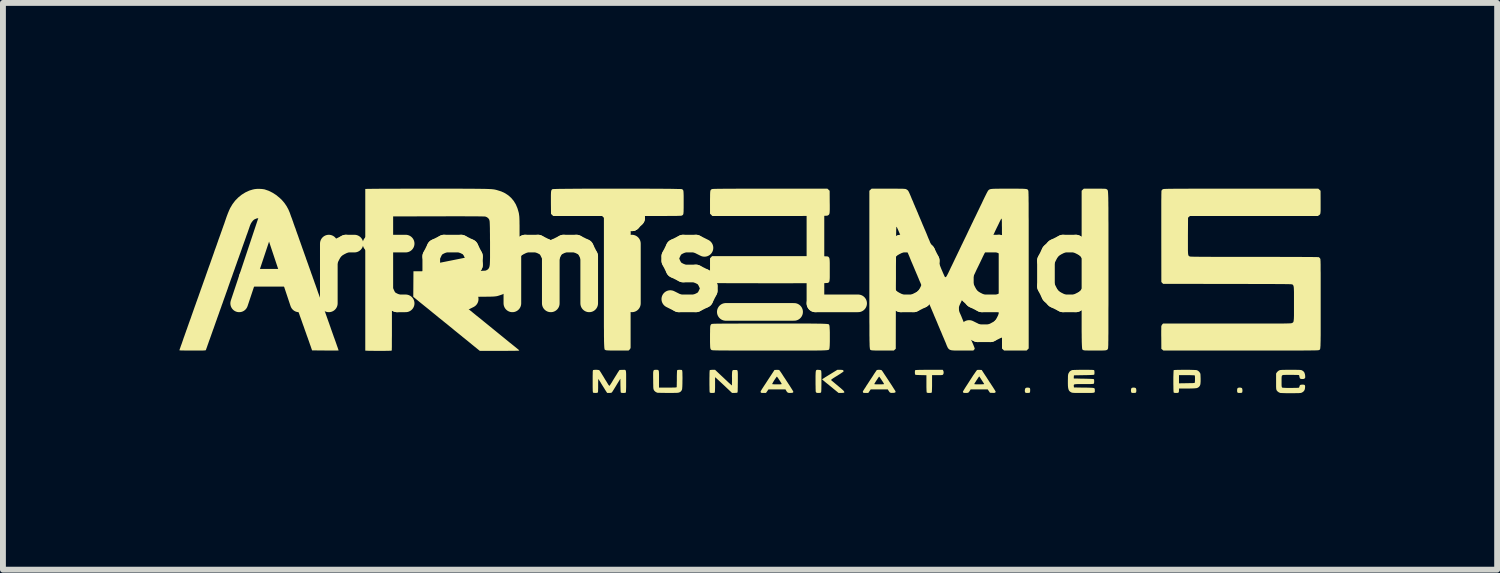
<source format=kicad_pcb>
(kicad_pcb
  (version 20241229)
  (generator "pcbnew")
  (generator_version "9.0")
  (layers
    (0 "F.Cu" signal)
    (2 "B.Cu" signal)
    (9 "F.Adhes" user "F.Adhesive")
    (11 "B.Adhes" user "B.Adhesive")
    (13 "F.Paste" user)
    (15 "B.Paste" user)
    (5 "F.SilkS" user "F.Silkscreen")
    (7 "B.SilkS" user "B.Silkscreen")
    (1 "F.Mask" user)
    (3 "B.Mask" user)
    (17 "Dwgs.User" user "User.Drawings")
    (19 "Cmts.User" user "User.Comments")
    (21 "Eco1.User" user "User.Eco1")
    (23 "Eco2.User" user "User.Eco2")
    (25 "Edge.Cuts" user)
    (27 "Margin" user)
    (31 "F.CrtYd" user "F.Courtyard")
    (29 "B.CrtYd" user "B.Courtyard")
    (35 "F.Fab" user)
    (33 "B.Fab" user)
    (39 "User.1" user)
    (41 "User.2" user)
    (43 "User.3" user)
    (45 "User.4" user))
  (footprint "Artemis_Logo"
    (layer "F.Cu")
    (at 8.346 1.418)
    (property "Reference" "Artemis_Logo" (at 0 0 0) (layer "F.SilkS") (effects (font (size 1.524 1.524) (thickness 0.3))))
    (attr board_only exclude_from_pos_files exclude_from_bom)
    (fp_poly (pts (xy 6.095 2.123) (xy 6.108 2.127) (xy 6.115 2.136) (xy 6.118 2.152) (xy 6.118 2.166) (xy 6.117 2.186) (xy 6.115 2.2) (xy 6.112 2.206) (xy 6.104 2.21) (xy 6.088 2.212) (xy 6.072 2.212) (xy 6.053 2.212) (xy 6.042 2.21) (xy 6.035 2.206) (xy 6.033 2.203) (xy 6.028 2.187) (xy 6.027 2.169) (xy 6.03 2.15) (xy 6.035 2.135) (xy 6.038 2.132) (xy 6.048 2.125) (xy 6.064 2.122) (xy 6.073 2.122)) (stroke (width 0) (type solid)) (fill yes) (layer "F.SilkS"))
    (fp_poly (pts (xy 7.889 2.122) (xy 7.905 2.126) (xy 7.914 2.131) (xy 7.919 2.141) (xy 7.922 2.157) (xy 7.923 2.176) (xy 7.921 2.193) (xy 7.918 2.204) (xy 7.916 2.206) (xy 7.908 2.21) (xy 7.892 2.212) (xy 7.876 2.212) (xy 7.857 2.212) (xy 7.846 2.21) (xy 7.839 2.206) (xy 7.837 2.203) (xy 7.833 2.189) (xy 7.831 2.171) (xy 7.833 2.152) (xy 7.837 2.137) (xy 7.841 2.13) (xy 7.853 2.124) (xy 7.87 2.121)) (stroke (width 0) (type solid)) (fill yes) (layer "F.SilkS"))
    (fp_poly (pts (xy 9.693 2.122) (xy 9.709 2.126) (xy 9.718 2.131) (xy 9.723 2.141) (xy 9.726 2.157) (xy 9.727 2.176) (xy 9.725 2.193) (xy 9.722 2.204) (xy 9.721 2.206) (xy 9.712 2.21) (xy 9.697 2.212) (xy 9.68 2.212) (xy 9.661 2.212) (xy 9.65 2.21) (xy 9.644 2.206) (xy 9.641 2.203) (xy 9.637 2.189) (xy 9.636 2.171) (xy 9.637 2.152) (xy 9.641 2.137) (xy 9.645 2.13) (xy 9.657 2.124) (xy 9.675 2.121)) (stroke (width 0) (type solid)) (fill yes) (layer "F.SilkS"))
    (fp_poly (pts (xy 2.516 1.82) (xy 2.523 1.82) (xy 2.542 1.822) (xy 2.553 1.824) (xy 2.559 1.828) (xy 2.564 1.834) (xy 2.566 1.84) (xy 2.567 1.851) (xy 2.568 1.867) (xy 2.569 1.889) (xy 2.569 1.919) (xy 2.569 1.956) (xy 2.569 2.002) (xy 2.569 2.025) (xy 2.569 2.073) (xy 2.568 2.112) (xy 2.568 2.142) (xy 2.567 2.166) (xy 2.566 2.183) (xy 2.565 2.195) (xy 2.563 2.202) (xy 2.561 2.206) (xy 2.56 2.207) (xy 2.551 2.21) (xy 2.536 2.212) (xy 2.519 2.212) (xy 2.499 2.212) (xy 2.487 2.209) (xy 2.479 2.204) (xy 2.478 2.203) (xy 2.476 2.2) (xy 2.474 2.195) (xy 2.472 2.187) (xy 2.471 2.174) (xy 2.471 2.157) (xy 2.47 2.135) (xy 2.47 2.105) (xy 2.469 2.067) (xy 2.469 2.02) (xy 2.469 2.015) (xy 2.469 1.965) (xy 2.469 1.925) (xy 2.47 1.892) (xy 2.471 1.867) (xy 2.473 1.848) (xy 2.476 1.835) (xy 2.48 1.827) (xy 2.486 1.822) (xy 2.493 1.82) (xy 2.503 1.819)) (stroke (width 0) (type solid)) (fill yes) (layer "F.SilkS"))
    (fp_poly (pts (xy 4.639 1.831) (xy 4.645 1.846) (xy 4.647 1.865) (xy 4.645 1.883) (xy 4.638 1.898) (xy 4.637 1.9) (xy 4.632 1.904) (xy 4.627 1.906) (xy 4.618 1.908) (xy 4.605 1.909) (xy 4.586 1.91) (xy 4.56 1.91) (xy 4.538 1.91) (xy 4.45 1.91) (xy 4.45 2.051) (xy 4.45 2.096) (xy 4.449 2.134) (xy 4.448 2.164) (xy 4.447 2.186) (xy 4.446 2.2) (xy 4.445 2.203) (xy 4.441 2.208) (xy 4.433 2.211) (xy 4.42 2.212) (xy 4.403 2.212) (xy 4.382 2.212) (xy 4.367 2.209) (xy 4.36 2.206) (xy 4.358 2.201) (xy 4.357 2.19) (xy 4.356 2.172) (xy 4.355 2.146) (xy 4.354 2.111) (xy 4.354 2.067) (xy 4.354 2.055) (xy 4.354 1.911) (xy 4.261 1.909) (xy 4.227 1.908) (xy 4.202 1.907) (xy 4.184 1.906) (xy 4.172 1.905) (xy 4.166 1.902) (xy 4.163 1.9) (xy 4.16 1.89) (xy 4.158 1.874) (xy 4.158 1.856) (xy 4.159 1.84) (xy 4.162 1.828) (xy 4.164 1.825) (xy 4.168 1.824) (xy 4.178 1.823) (xy 4.194 1.822) (xy 4.216 1.821) (xy 4.246 1.82) (xy 4.285 1.82) (xy 4.331 1.819) (xy 4.388 1.819) (xy 4.4 1.819) (xy 4.631 1.819)) (stroke (width 0) (type solid)) (fill yes) (layer "F.SilkS"))
    (fp_poly (pts (xy 2.908 1.82) (xy 2.923 1.821) (xy 2.933 1.823) (xy 2.939 1.828) (xy 2.94 1.829) (xy 2.946 1.839) (xy 2.944 1.848) (xy 2.939 1.853) (xy 2.926 1.862) (xy 2.907 1.875) (xy 2.883 1.891) (xy 2.856 1.908) (xy 2.844 1.916) (xy 2.809 1.937) (xy 2.782 1.954) (xy 2.762 1.967) (xy 2.748 1.977) (xy 2.739 1.984) (xy 2.735 1.99) (xy 2.735 1.994) (xy 2.738 1.998) (xy 2.743 2.003) (xy 2.748 2.007) (xy 2.758 2.015) (xy 2.774 2.028) (xy 2.794 2.045) (xy 2.819 2.066) (xy 2.846 2.088) (xy 2.862 2.102) (xy 2.897 2.131) (xy 2.923 2.154) (xy 2.943 2.173) (xy 2.954 2.187) (xy 2.959 2.198) (xy 2.957 2.205) (xy 2.948 2.209) (xy 2.932 2.211) (xy 2.91 2.212) (xy 2.903 2.212) (xy 2.86 2.212) (xy 2.777 2.144) (xy 2.747 2.119) (xy 2.716 2.094) (xy 2.686 2.069) (xy 2.658 2.047) (xy 2.637 2.03) (xy 2.617 2.013) (xy 2.6 1.999) (xy 2.588 1.988) (xy 2.581 1.982) (xy 2.58 1.981) (xy 2.585 1.978) (xy 2.596 1.97) (xy 2.615 1.958) (xy 2.638 1.943) (xy 2.666 1.926) (xy 2.698 1.906) (xy 2.71 1.899) (xy 2.84 1.819) (xy 2.886 1.819)) (stroke (width 0) (type solid)) (fill yes) (layer "F.SilkS"))
    (fp_poly (pts (xy 2.709 -1.225) (xy 2.71 -1.036) (xy 2.711 -0.985) (xy 2.711 -0.942) (xy 2.711 -0.908) (xy 2.71 -0.881) (xy 2.709 -0.86) (xy 2.707 -0.844) (xy 2.704 -0.832) (xy 2.7 -0.823) (xy 2.695 -0.817) (xy 2.689 -0.812) (xy 2.681 -0.807) (xy 2.68 -0.806) (xy 2.678 -0.805) (xy 2.675 -0.804) (xy 2.672 -0.803) (xy 2.667 -0.802) (xy 2.661 -0.801) (xy 2.652 -0.8) (xy 2.641 -0.8) (xy 2.627 -0.799) (xy 2.609 -0.799) (xy 2.588 -0.798) (xy 2.562 -0.798) (xy 2.532 -0.798) (xy 2.497 -0.797) (xy 2.456 -0.797) (xy 2.409 -0.797) (xy 2.355 -0.797) (xy 2.295 -0.797) (xy 2.228 -0.796) (xy 2.153 -0.796) (xy 2.069 -0.796) (xy 1.978 -0.796) (xy 1.877 -0.796) (xy 1.767 -0.796) (xy 1.689 -0.796) (xy 0.714 -0.796) (xy 0.695 -0.816) (xy 0.675 -0.835) (xy 0.675 -1.025) (xy 0.675 -1.077) (xy 0.676 -1.12) (xy 0.676 -1.154) (xy 0.677 -1.181) (xy 0.678 -1.202) (xy 0.68 -1.218) (xy 0.683 -1.23) (xy 0.687 -1.238) (xy 0.692 -1.244) (xy 0.698 -1.248) (xy 0.705 -1.252) (xy 0.705 -1.252) (xy 0.708 -1.253) (xy 0.712 -1.254) (xy 0.719 -1.255) (xy 0.728 -1.256) (xy 0.74 -1.256) (xy 0.756 -1.257) (xy 0.776 -1.257) (xy 0.8 -1.258) (xy 0.828 -1.258) (xy 0.862 -1.258) (xy 0.901 -1.259) (xy 0.946 -1.259) (xy 0.997 -1.259) (xy 1.055 -1.259) (xy 1.12 -1.26) (xy 1.193 -1.26) (xy 1.274 -1.26) (xy 1.363 -1.26) (xy 1.461 -1.26) (xy 1.568 -1.26) (xy 1.685 -1.26) (xy 2.671 -1.26)) (stroke (width 0) (type solid)) (fill yes) (layer "F.SilkS"))
    (fp_poly (pts (xy 1.834 1.82) (xy 1.849 1.823) (xy 1.853 1.825) (xy 1.859 1.832) (xy 1.869 1.846) (xy 1.881 1.863) (xy 1.889 1.875) (xy 1.899 1.89) (xy 1.913 1.912) (xy 1.931 1.94) (xy 1.952 1.971) (xy 1.974 2.005) (xy 1.997 2.04) (xy 2.002 2.048) (xy 2.024 2.081) (xy 2.043 2.111) (xy 2.06 2.138) (xy 2.074 2.16) (xy 2.084 2.177) (xy 2.089 2.186) (xy 2.09 2.188) (xy 2.091 2.199) (xy 2.084 2.206) (xy 2.07 2.211) (xy 2.048 2.212) (xy 2.04 2.212) (xy 2.016 2.212) (xy 2 2.208) (xy 1.987 2.199) (xy 1.976 2.184) (xy 1.968 2.17) (xy 1.958 2.152) (xy 1.669 2.152) (xy 1.648 2.182) (xy 1.627 2.212) (xy 1.585 2.212) (xy 1.564 2.212) (xy 1.55 2.211) (xy 1.543 2.209) (xy 1.538 2.204) (xy 1.537 2.202) (xy 1.535 2.191) (xy 1.538 2.18) (xy 1.544 2.171) (xy 1.554 2.154) (xy 1.569 2.13) (xy 1.588 2.101) (xy 1.611 2.066) (xy 1.614 2.062) (xy 1.731 2.062) (xy 1.732 2.062) (xy 1.737 2.063) (xy 1.751 2.065) (xy 1.772 2.066) (xy 1.797 2.066) (xy 1.815 2.066) (xy 1.846 2.066) (xy 1.869 2.066) (xy 1.883 2.064) (xy 1.891 2.063) (xy 1.894 2.061) (xy 1.894 2.06) (xy 1.89 2.052) (xy 1.883 2.039) (xy 1.872 2.021) (xy 1.859 2.001) (xy 1.846 1.982) (xy 1.834 1.963) (xy 1.823 1.948) (xy 1.815 1.938) (xy 1.812 1.935) (xy 1.807 1.939) (xy 1.799 1.95) (xy 1.788 1.966) (xy 1.775 1.985) (xy 1.762 2.005) (xy 1.75 2.025) (xy 1.741 2.042) (xy 1.734 2.055) (xy 1.731 2.062) (xy 1.614 2.062) (xy 1.636 2.028) (xy 1.663 1.986) (xy 1.692 1.942) (xy 1.706 1.921) (xy 1.771 1.822) (xy 1.808 1.82)) (stroke (width 0) (type solid)) (fill yes) (layer "F.SilkS"))
    (fp_poly (pts (xy 5.261 1.82) (xy 5.294 1.822) (xy 5.324 1.868) (xy 5.335 1.885) (xy 5.35 1.908) (xy 5.369 1.936) (xy 5.39 1.969) (xy 5.412 2.003) (xy 5.435 2.039) (xy 5.442 2.048) (xy 5.463 2.081) (xy 5.483 2.111) (xy 5.5 2.138) (xy 5.514 2.16) (xy 5.524 2.177) (xy 5.53 2.187) (xy 5.531 2.188) (xy 5.53 2.198) (xy 5.526 2.204) (xy 5.519 2.209) (xy 5.509 2.211) (xy 5.493 2.212) (xy 5.476 2.211) (xy 5.435 2.21) (xy 5.396 2.152) (xy 5.106 2.152) (xy 5.095 2.171) (xy 5.082 2.19) (xy 5.072 2.203) (xy 5.061 2.209) (xy 5.045 2.212) (xy 5.024 2.212) (xy 5.002 2.212) (xy 4.987 2.21) (xy 4.98 2.205) (xy 4.979 2.205) (xy 4.975 2.194) (xy 4.975 2.188) (xy 4.979 2.182) (xy 4.987 2.168) (xy 4.999 2.148) (xy 5.015 2.122) (xy 5.035 2.091) (xy 5.054 2.062) (xy 5.167 2.062) (xy 5.171 2.063) (xy 5.183 2.065) (xy 5.203 2.066) (xy 5.228 2.066) (xy 5.251 2.066) (xy 5.279 2.066) (xy 5.304 2.065) (xy 5.322 2.064) (xy 5.333 2.063) (xy 5.336 2.062) (xy 5.333 2.055) (xy 5.325 2.042) (xy 5.314 2.025) (xy 5.302 2.006) (xy 5.288 1.985) (xy 5.276 1.966) (xy 5.265 1.949) (xy 5.256 1.937) (xy 5.252 1.931) (xy 5.251 1.931) (xy 5.248 1.935) (xy 5.241 1.945) (xy 5.23 1.961) (xy 5.218 1.98) (xy 5.204 2) (xy 5.192 2.02) (xy 5.18 2.038) (xy 5.172 2.052) (xy 5.167 2.061) (xy 5.167 2.062) (xy 5.054 2.062) (xy 5.057 2.057) (xy 5.081 2.02) (xy 5.093 2.001) (xy 5.125 1.952) (xy 5.151 1.911) (xy 5.174 1.879) (xy 5.191 1.854) (xy 5.204 1.836) (xy 5.213 1.825) (xy 5.218 1.822) (xy 5.229 1.82) (xy 5.246 1.82)) (stroke (width 0) (type solid)) (fill yes) (layer "F.SilkS"))
    (fp_poly (pts (xy 8.779 1.819) (xy 8.817 1.819) (xy 8.853 1.82) (xy 8.885 1.821) (xy 8.913 1.822) (xy 8.934 1.823) (xy 8.948 1.825) (xy 8.951 1.825) (xy 8.973 1.836) (xy 8.992 1.853) (xy 9.006 1.873) (xy 9.011 1.884) (xy 9.013 1.895) (xy 9.014 1.915) (xy 9.015 1.94) (xy 9.016 1.967) (xy 9.016 1.978) (xy 9.016 2.015) (xy 9.014 2.043) (xy 9.012 2.064) (xy 9.007 2.08) (xy 9.001 2.093) (xy 8.992 2.104) (xy 8.988 2.109) (xy 8.979 2.116) (xy 8.97 2.122) (xy 8.959 2.127) (xy 8.945 2.131) (xy 8.926 2.133) (xy 8.903 2.135) (xy 8.873 2.136) (xy 8.835 2.137) (xy 8.788 2.137) (xy 8.648 2.137) (xy 8.648 2.165) (xy 8.647 2.187) (xy 8.644 2.201) (xy 8.635 2.209) (xy 8.621 2.212) (xy 8.601 2.212) (xy 8.58 2.212) (xy 8.565 2.209) (xy 8.558 2.206) (xy 8.557 2.2) (xy 8.555 2.184) (xy 8.554 2.162) (xy 8.553 2.133) (xy 8.553 2.1) (xy 8.552 2.064) (xy 8.552 2.049) (xy 8.648 2.049) (xy 8.78 2.047) (xy 8.824 2.046) (xy 8.858 2.046) (xy 8.884 2.045) (xy 8.902 2.043) (xy 8.912 2.041) (xy 8.916 2.04) (xy 8.918 2.032) (xy 8.919 2.017) (xy 8.92 1.997) (xy 8.92 1.975) (xy 8.92 1.949) (xy 8.919 1.932) (xy 8.918 1.921) (xy 8.915 1.915) (xy 8.912 1.913) (xy 8.905 1.912) (xy 8.89 1.912) (xy 8.867 1.911) (xy 8.838 1.91) (xy 8.805 1.91) (xy 8.776 1.91) (xy 8.648 1.91) (xy 8.648 2.049) (xy 8.552 2.049) (xy 8.552 2.026) (xy 8.552 1.988) (xy 8.552 1.951) (xy 8.553 1.916) (xy 8.554 1.885) (xy 8.555 1.859) (xy 8.556 1.839) (xy 8.557 1.828) (xy 8.558 1.825) (xy 8.565 1.824) (xy 8.58 1.822) (xy 8.603 1.821) (xy 8.632 1.82) (xy 8.665 1.82) (xy 8.701 1.819) (xy 8.74 1.819)) (stroke (width 0) (type solid)) (fill yes) (layer "F.SilkS"))
    (fp_poly (pts (xy 3.57 1.82) (xy 3.583 1.822) (xy 3.591 1.825) (xy 3.597 1.831) (xy 3.601 1.837) (xy 3.611 1.85) (xy 3.624 1.87) (xy 3.64 1.895) (xy 3.659 1.923) (xy 3.68 1.955) (xy 3.702 1.988) (xy 3.724 2.022) (xy 3.746 2.055) (xy 3.767 2.087) (xy 3.785 2.116) (xy 3.801 2.141) (xy 3.814 2.161) (xy 3.823 2.175) (xy 3.825 2.178) (xy 3.83 2.192) (xy 3.828 2.201) (xy 3.817 2.207) (xy 3.797 2.211) (xy 3.787 2.211) (xy 3.763 2.212) (xy 3.746 2.21) (xy 3.734 2.205) (xy 3.725 2.196) (xy 3.715 2.181) (xy 3.714 2.18) (xy 3.697 2.152) (xy 3.407 2.152) (xy 3.366 2.212) (xy 3.324 2.212) (xy 3.302 2.212) (xy 3.289 2.211) (xy 3.281 2.209) (xy 3.277 2.204) (xy 3.276 2.202) (xy 3.273 2.189) (xy 3.275 2.183) (xy 3.28 2.175) (xy 3.289 2.161) (xy 3.302 2.14) (xy 3.319 2.115) (xy 3.337 2.085) (xy 3.355 2.059) (xy 3.469 2.059) (xy 3.469 2.062) (xy 3.473 2.064) (xy 3.482 2.065) (xy 3.498 2.066) (xy 3.521 2.066) (xy 3.55 2.066) (xy 3.584 2.066) (xy 3.61 2.065) (xy 3.626 2.064) (xy 3.633 2.062) (xy 3.634 2.061) (xy 3.631 2.055) (xy 3.624 2.042) (xy 3.614 2.025) (xy 3.601 2.006) (xy 3.588 1.986) (xy 3.575 1.967) (xy 3.564 1.951) (xy 3.555 1.94) (xy 3.551 1.935) (xy 3.55 1.935) (xy 3.546 1.939) (xy 3.538 1.95) (xy 3.527 1.966) (xy 3.515 1.985) (xy 3.501 2.005) (xy 3.489 2.024) (xy 3.479 2.041) (xy 3.471 2.054) (xy 3.469 2.059) (xy 3.355 2.059) (xy 3.358 2.054) (xy 3.38 2.02) (xy 3.402 1.986) (xy 3.424 1.953) (xy 3.445 1.921) (xy 3.463 1.892) (xy 3.48 1.867) (xy 3.493 1.848) (xy 3.502 1.834) (xy 3.506 1.828) (xy 3.506 1.828) (xy 3.513 1.823) (xy 3.525 1.82) (xy 3.543 1.819) (xy 3.55 1.819)) (stroke (width 0) (type solid)) (fill yes) (layer "F.SilkS"))
    (fp_poly (pts (xy 0.805 1.861) (xy 0.856 1.909) (xy 0.901 1.951) (xy 0.938 1.986) (xy 0.97 2.016) (xy 0.995 2.04) (xy 1.016 2.058) (xy 1.03 2.071) (xy 1.04 2.08) (xy 1.046 2.084) (xy 1.047 2.084) (xy 1.048 2.079) (xy 1.048 2.065) (xy 1.048 2.044) (xy 1.049 2.017) (xy 1.049 1.985) (xy 1.049 1.965) (xy 1.048 1.923) (xy 1.049 1.89) (xy 1.05 1.866) (xy 1.052 1.848) (xy 1.055 1.835) (xy 1.06 1.828) (xy 1.068 1.824) (xy 1.078 1.822) (xy 1.091 1.822) (xy 1.099 1.822) (xy 1.118 1.822) (xy 1.13 1.823) (xy 1.137 1.826) (xy 1.141 1.832) (xy 1.143 1.834) (xy 1.144 1.84) (xy 1.146 1.851) (xy 1.147 1.867) (xy 1.148 1.889) (xy 1.148 1.918) (xy 1.148 1.955) (xy 1.148 2.001) (xy 1.148 2.025) (xy 1.147 2.073) (xy 1.147 2.112) (xy 1.146 2.142) (xy 1.146 2.166) (xy 1.145 2.183) (xy 1.144 2.195) (xy 1.142 2.202) (xy 1.14 2.206) (xy 1.139 2.207) (xy 1.131 2.21) (xy 1.115 2.211) (xy 1.096 2.212) (xy 1.09 2.212) (xy 1.049 2.212) (xy 0.92 2.09) (xy 0.889 2.061) (xy 0.86 2.034) (xy 0.834 2.01) (xy 0.811 1.989) (xy 0.793 1.972) (xy 0.781 1.961) (xy 0.775 1.956) (xy 0.761 1.945) (xy 0.761 2.072) (xy 0.761 2.116) (xy 0.76 2.15) (xy 0.759 2.175) (xy 0.758 2.192) (xy 0.757 2.203) (xy 0.755 2.206) (xy 0.747 2.21) (xy 0.731 2.212) (xy 0.713 2.212) (xy 0.693 2.212) (xy 0.678 2.209) (xy 0.671 2.206) (xy 0.67 2.202) (xy 0.668 2.191) (xy 0.667 2.174) (xy 0.666 2.15) (xy 0.666 2.118) (xy 0.665 2.078) (xy 0.665 2.028) (xy 0.665 2.016) (xy 0.665 1.964) (xy 0.666 1.921) (xy 0.666 1.888) (xy 0.667 1.862) (xy 0.668 1.843) (xy 0.669 1.832) (xy 0.671 1.826) (xy 0.671 1.825) (xy 0.68 1.822) (xy 0.697 1.82) (xy 0.719 1.819) (xy 0.761 1.819)) (stroke (width 0) (type solid)) (fill yes) (layer "F.SilkS"))
    (fp_poly (pts (xy -0.242 1.819) (xy -0.228 1.819) (xy -0.217 1.82) (xy -0.208 1.822) (xy -0.202 1.827) (xy -0.197 1.836) (xy -0.194 1.85) (xy -0.193 1.869) (xy -0.192 1.895) (xy -0.192 1.93) (xy -0.192 1.972) (xy -0.192 1.982) (xy -0.192 2.122) (xy -0.043 2.122) (xy -0.000395 2.122) (xy 0.034 2.121) (xy 0.06 2.121) (xy 0.079 2.12) (xy 0.092 2.119) (xy 0.101 2.118) (xy 0.105 2.116) (xy 0.108 2.114) (xy 0.108 2.114) (xy 0.109 2.107) (xy 0.109 2.091) (xy 0.11 2.068) (xy 0.11 2.039) (xy 0.111 2.006) (xy 0.111 1.972) (xy 0.111 1.929) (xy 0.112 1.893) (xy 0.113 1.864) (xy 0.114 1.843) (xy 0.115 1.831) (xy 0.116 1.829) (xy 0.12 1.824) (xy 0.128 1.821) (xy 0.14 1.82) (xy 0.159 1.819) (xy 0.179 1.82) (xy 0.191 1.821) (xy 0.198 1.824) (xy 0.201 1.829) (xy 0.203 1.838) (xy 0.205 1.855) (xy 0.206 1.878) (xy 0.206 1.908) (xy 0.207 1.941) (xy 0.207 1.976) (xy 0.206 2.012) (xy 0.206 2.047) (xy 0.205 2.08) (xy 0.204 2.109) (xy 0.202 2.132) (xy 0.201 2.148) (xy 0.199 2.154) (xy 0.188 2.177) (xy 0.172 2.193) (xy 0.154 2.203) (xy 0.148 2.205) (xy 0.14 2.207) (xy 0.131 2.209) (xy 0.119 2.21) (xy 0.102 2.211) (xy 0.079 2.211) (xy 0.051 2.212) (xy 0.014 2.212) (xy -0.031 2.212) (xy -0.04 2.212) (xy -0.082 2.212) (xy -0.12 2.211) (xy -0.154 2.211) (xy -0.183 2.21) (xy -0.205 2.21) (xy -0.219 2.209) (xy -0.224 2.208) (xy -0.25 2.195) (xy -0.272 2.175) (xy -0.278 2.165) (xy -0.281 2.159) (xy -0.284 2.153) (xy -0.286 2.145) (xy -0.288 2.135) (xy -0.289 2.121) (xy -0.29 2.103) (xy -0.29 2.078) (xy -0.291 2.046) (xy -0.291 2.005) (xy -0.291 1.994) (xy -0.292 1.948) (xy -0.292 1.91) (xy -0.292 1.881) (xy -0.291 1.858) (xy -0.288 1.842) (xy -0.285 1.831) (xy -0.279 1.825) (xy -0.272 1.821) (xy -0.262 1.82) (xy -0.25 1.819)) (stroke (width 0) (type solid)) (fill yes) (layer "F.SilkS"))
    (fp_poly (pts (xy 1.809 -0.113) (xy 1.917 -0.113) (xy 2.015 -0.113) (xy 2.104 -0.113) (xy 2.185 -0.113) (xy 2.258 -0.113) (xy 2.323 -0.113) (xy 2.381 -0.113) (xy 2.432 -0.113) (xy 2.478 -0.113) (xy 2.517 -0.112) (xy 2.551 -0.112) (xy 2.58 -0.112) (xy 2.604 -0.111) (xy 2.624 -0.111) (xy 2.64 -0.11) (xy 2.653 -0.11) (xy 2.663 -0.109) (xy 2.671 -0.108) (xy 2.676 -0.108) (xy 2.68 -0.107) (xy 2.683 -0.106) (xy 2.685 -0.105) (xy 2.686 -0.103) (xy 2.692 -0.097) (xy 2.698 -0.091) (xy 2.702 -0.084) (xy 2.705 -0.075) (xy 2.707 -0.063) (xy 2.709 -0.047) (xy 2.71 -0.025) (xy 2.711 0.002) (xy 2.711 0.037) (xy 2.711 0.08) (xy 2.711 0.118) (xy 2.711 0.169) (xy 2.711 0.211) (xy 2.711 0.245) (xy 2.71 0.272) (xy 2.708 0.292) (xy 2.706 0.308) (xy 2.703 0.319) (xy 2.699 0.327) (xy 2.694 0.332) (xy 2.688 0.337) (xy 2.681 0.34) (xy 2.679 0.341) (xy 2.674 0.342) (xy 2.668 0.343) (xy 2.658 0.343) (xy 2.646 0.344) (xy 2.631 0.345) (xy 2.611 0.345) (xy 2.587 0.346) (xy 2.559 0.346) (xy 2.525 0.346) (xy 2.486 0.347) (xy 2.441 0.347) (xy 2.39 0.347) (xy 2.332 0.347) (xy 2.267 0.347) (xy 2.194 0.347) (xy 2.113 0.347) (xy 2.024 0.348) (xy 1.926 0.348) (xy 1.819 0.348) (xy 1.702 0.348) (xy 1.692 0.348) (xy 1.575 0.348) (xy 1.466 0.347) (xy 1.368 0.347) (xy 1.277 0.347) (xy 1.196 0.347) (xy 1.122 0.347) (xy 1.056 0.347) (xy 0.998 0.347) (xy 0.946 0.346) (xy 0.9 0.346) (xy 0.861 0.346) (xy 0.827 0.346) (xy 0.798 0.345) (xy 0.774 0.345) (xy 0.754 0.344) (xy 0.738 0.344) (xy 0.726 0.343) (xy 0.717 0.342) (xy 0.71 0.341) (xy 0.706 0.341) (xy 0.704 0.34) (xy 0.697 0.336) (xy 0.691 0.331) (xy 0.687 0.325) (xy 0.683 0.317) (xy 0.68 0.306) (xy 0.678 0.29) (xy 0.677 0.269) (xy 0.676 0.241) (xy 0.676 0.207) (xy 0.675 0.164) (xy 0.675 0.114) (xy 0.675 -0.076) (xy 0.693 -0.095) (xy 0.71 -0.113) (xy 1.692 -0.113)) (stroke (width 0) (type solid)) (fill yes) (layer "F.SilkS"))
    (fp_poly (pts (xy 7.267 -1.26) (xy 7.307 -1.26) (xy 7.338 -1.26) (xy 7.362 -1.259) (xy 7.381 -1.259) (xy 7.394 -1.258) (xy 7.404 -1.257) (xy 7.411 -1.255) (xy 7.415 -1.253) (xy 7.419 -1.25) (xy 7.421 -1.249) (xy 7.424 -1.247) (xy 7.426 -1.245) (xy 7.429 -1.244) (xy 7.431 -1.242) (xy 7.433 -1.24) (xy 7.435 -1.236) (xy 7.437 -1.231) (xy 7.438 -1.225) (xy 7.44 -1.216) (xy 7.441 -1.205) (xy 7.442 -1.191) (xy 7.443 -1.173) (xy 7.444 -1.153) (xy 7.445 -1.128) (xy 7.446 -1.099) (xy 7.446 -1.066) (xy 7.447 -1.027) (xy 7.447 -0.984) (xy 7.448 -0.934) (xy 7.448 -0.879) (xy 7.448 -0.817) (xy 7.448 -0.748) (xy 7.449 -0.672) (xy 7.449 -0.589) (xy 7.449 -0.498) (xy 7.449 -0.398) (xy 7.449 -0.29) (xy 7.449 -0.173) (xy 7.449 -0.047) (xy 7.449 0.089) (xy 7.449 0.119) (xy 7.449 0.256) (xy 7.449 0.383) (xy 7.449 0.501) (xy 7.449 0.61) (xy 7.449 0.711) (xy 7.448 0.803) (xy 7.448 0.887) (xy 7.448 0.964) (xy 7.448 1.033) (xy 7.448 1.096) (xy 7.448 1.152) (xy 7.448 1.202) (xy 7.447 1.246) (xy 7.447 1.285) (xy 7.447 1.319) (xy 7.446 1.348) (xy 7.446 1.373) (xy 7.446 1.394) (xy 7.445 1.411) (xy 7.444 1.425) (xy 7.444 1.436) (xy 7.443 1.444) (xy 7.443 1.451) (xy 7.442 1.455) (xy 7.441 1.458) (xy 7.44 1.46) (xy 7.436 1.468) (xy 7.432 1.474) (xy 7.427 1.479) (xy 7.419 1.483) (xy 7.408 1.486) (xy 7.393 1.489) (xy 7.372 1.49) (xy 7.346 1.491) (xy 7.312 1.491) (xy 7.271 1.492) (xy 7.22 1.492) (xy 7.218 1.492) (xy 7.17 1.492) (xy 7.13 1.491) (xy 7.098 1.491) (xy 7.073 1.49) (xy 7.055 1.49) (xy 7.041 1.489) (xy 7.031 1.487) (xy 7.025 1.486) (xy 7.02 1.483) (xy 7.019 1.483) (xy 7.017 1.482) (xy 7.014 1.481) (xy 7.012 1.479) (xy 7.01 1.478) (xy 7.008 1.476) (xy 7.006 1.473) (xy 7.004 1.468) (xy 7.002 1.462) (xy 7.001 1.453) (xy 7 1.442) (xy 6.999 1.428) (xy 6.998 1.411) (xy 6.997 1.391) (xy 6.996 1.366) (xy 6.995 1.337) (xy 6.995 1.304) (xy 6.994 1.266) (xy 6.994 1.222) (xy 6.993 1.173) (xy 6.993 1.117) (xy 6.993 1.055) (xy 6.993 0.986) (xy 6.993 0.911) (xy 6.993 0.827) (xy 6.993 0.736) (xy 6.993 0.637) (xy 6.993 0.529) (xy 6.993 0.412) (xy 6.993 0.286) (xy 6.993 0.15) (xy 6.993 0.112) (xy 6.993 -1.225) (xy 7.011 -1.243) (xy 7.03 -1.26) (xy 7.219 -1.26)) (stroke (width 0) (type solid)) (fill yes) (layer "F.SilkS"))
    (fp_poly (pts (xy -0.776 1.819) (xy -0.767 1.822) (xy -0.761 1.827) (xy -0.756 1.836) (xy -0.754 1.85) (xy -0.752 1.87) (xy -0.751 1.896) (xy -0.751 1.93) (xy -0.751 1.972) (xy -0.751 2.015) (xy -0.751 2.067) (xy -0.751 2.11) (xy -0.752 2.144) (xy -0.753 2.17) (xy -0.754 2.188) (xy -0.755 2.2) (xy -0.757 2.206) (xy -0.757 2.206) (xy -0.766 2.21) (xy -0.781 2.212) (xy -0.799 2.213) (xy -0.817 2.212) (xy -0.832 2.21) (xy -0.841 2.206) (xy -0.841 2.206) (xy -0.843 2.198) (xy -0.845 2.181) (xy -0.846 2.154) (xy -0.847 2.118) (xy -0.848 2.084) (xy -0.849 1.97) (xy -0.882 2.024) (xy -0.909 2.068) (xy -0.931 2.105) (xy -0.949 2.134) (xy -0.963 2.157) (xy -0.974 2.174) (xy -0.982 2.187) (xy -0.988 2.196) (xy -0.993 2.202) (xy -0.996 2.205) (xy -0.997 2.206) (xy -1.006 2.21) (xy -1.023 2.212) (xy -1.039 2.212) (xy -1.074 2.212) (xy -1.108 2.16) (xy -1.123 2.135) (xy -1.142 2.105) (xy -1.162 2.073) (xy -1.18 2.044) (xy -1.181 2.041) (xy -1.195 2.018) (xy -1.208 1.999) (xy -1.217 1.985) (xy -1.223 1.977) (xy -1.224 1.976) (xy -1.225 1.98) (xy -1.226 1.994) (xy -1.226 2.015) (xy -1.227 2.041) (xy -1.227 2.072) (xy -1.227 2.089) (xy -1.227 2.127) (xy -1.228 2.155) (xy -1.228 2.176) (xy -1.229 2.191) (xy -1.231 2.2) (xy -1.233 2.206) (xy -1.235 2.207) (xy -1.245 2.21) (xy -1.26 2.212) (xy -1.279 2.212) (xy -1.296 2.211) (xy -1.309 2.209) (xy -1.314 2.206) (xy -1.316 2.202) (xy -1.317 2.191) (xy -1.319 2.174) (xy -1.319 2.15) (xy -1.32 2.118) (xy -1.32 2.078) (xy -1.32 2.028) (xy -1.32 2.016) (xy -1.32 1.964) (xy -1.32 1.921) (xy -1.319 1.888) (xy -1.319 1.862) (xy -1.318 1.843) (xy -1.316 1.832) (xy -1.315 1.826) (xy -1.314 1.825) (xy -1.306 1.822) (xy -1.291 1.82) (xy -1.271 1.819) (xy -1.25 1.819) (xy -1.231 1.821) (xy -1.216 1.823) (xy -1.208 1.826) (xy -1.202 1.832) (xy -1.193 1.846) (xy -1.181 1.864) (xy -1.173 1.877) (xy -1.158 1.902) (xy -1.141 1.929) (xy -1.123 1.959) (xy -1.105 1.989) (xy -1.087 2.017) (xy -1.072 2.042) (xy -1.06 2.062) (xy -1.053 2.073) (xy -1.044 2.084) (xy -1.038 2.091) (xy -1.036 2.091) (xy -1.031 2.087) (xy -1.023 2.076) (xy -1.012 2.059) (xy -0.999 2.039) (xy -0.996 2.035) (xy -0.975 1.999) (xy -0.953 1.963) (xy -0.932 1.929) (xy -0.913 1.899) (xy -0.897 1.872) (xy -0.884 1.852) (xy -0.877 1.842) (xy -0.864 1.822) (xy -0.818 1.82) (xy -0.801 1.82) (xy -0.787 1.819)) (stroke (width 0) (type solid)) (fill yes) (layer "F.SilkS"))
    (fp_poly (pts (xy 10.592 1.819) (xy 10.63 1.819) (xy 10.66 1.82) (xy 10.683 1.82) (xy 10.7 1.821) (xy 10.714 1.822) (xy 10.723 1.824) (xy 10.731 1.825) (xy 10.738 1.828) (xy 10.742 1.83) (xy 10.764 1.845) (xy 10.78 1.866) (xy 10.789 1.894) (xy 10.793 1.918) (xy 10.794 1.938) (xy 10.794 1.95) (xy 10.791 1.958) (xy 10.786 1.964) (xy 10.786 1.965) (xy 10.777 1.971) (xy 10.764 1.975) (xy 10.746 1.976) (xy 10.723 1.974) (xy 10.709 1.969) (xy 10.701 1.959) (xy 10.697 1.942) (xy 10.696 1.938) (xy 10.693 1.922) (xy 10.69 1.912) (xy 10.687 1.909) (xy 10.681 1.908) (xy 10.666 1.907) (xy 10.643 1.906) (xy 10.615 1.906) (xy 10.582 1.905) (xy 10.547 1.905) (xy 10.506 1.905) (xy 10.475 1.905) (xy 10.451 1.906) (xy 10.433 1.906) (xy 10.421 1.907) (xy 10.413 1.909) (xy 10.407 1.911) (xy 10.404 1.914) (xy 10.402 1.915) (xy 10.398 1.919) (xy 10.396 1.925) (xy 10.394 1.933) (xy 10.393 1.946) (xy 10.392 1.964) (xy 10.392 1.99) (xy 10.392 2.018) (xy 10.392 2.052) (xy 10.392 2.077) (xy 10.393 2.095) (xy 10.395 2.107) (xy 10.397 2.114) (xy 10.4 2.119) (xy 10.4 2.119) (xy 10.403 2.121) (xy 10.409 2.123) (xy 10.419 2.124) (xy 10.434 2.125) (xy 10.454 2.126) (xy 10.482 2.127) (xy 10.518 2.127) (xy 10.545 2.127) (xy 10.581 2.127) (xy 10.614 2.126) (xy 10.643 2.126) (xy 10.665 2.125) (xy 10.681 2.124) (xy 10.687 2.123) (xy 10.687 2.123) (xy 10.692 2.116) (xy 10.696 2.103) (xy 10.697 2.1) (xy 10.701 2.086) (xy 10.709 2.077) (xy 10.723 2.073) (xy 10.745 2.071) (xy 10.748 2.071) (xy 10.769 2.072) (xy 10.782 2.076) (xy 10.789 2.083) (xy 10.792 2.098) (xy 10.792 2.113) (xy 10.788 2.148) (xy 10.776 2.175) (xy 10.757 2.195) (xy 10.731 2.209) (xy 10.722 2.212) (xy 10.711 2.213) (xy 10.692 2.215) (xy 10.666 2.216) (xy 10.634 2.216) (xy 10.599 2.217) (xy 10.561 2.217) (xy 10.523 2.217) (xy 10.486 2.217) (xy 10.451 2.216) (xy 10.42 2.215) (xy 10.394 2.214) (xy 10.376 2.213) (xy 10.367 2.212) (xy 10.343 2.201) (xy 10.321 2.184) (xy 10.307 2.166) (xy 10.305 2.16) (xy 10.303 2.152) (xy 10.301 2.142) (xy 10.3 2.127) (xy 10.299 2.107) (xy 10.299 2.08) (xy 10.299 2.046) (xy 10.299 2.016) (xy 10.299 1.882) (xy 10.313 1.861) (xy 10.331 1.842) (xy 10.349 1.83) (xy 10.356 1.827) (xy 10.363 1.825) (xy 10.371 1.823) (xy 10.382 1.822) (xy 10.396 1.821) (xy 10.416 1.82) (xy 10.441 1.82) (xy 10.474 1.819) (xy 10.515 1.819) (xy 10.546 1.819)) (stroke (width 0) (type solid)) (fill yes) (layer "F.SilkS"))
    (fp_poly (pts (xy 2.191 1.033) (xy 2.265 1.033) (xy 2.331 1.033) (xy 2.39 1.033) (xy 2.442 1.034) (xy 2.488 1.034) (xy 2.528 1.035) (xy 2.563 1.035) (xy 2.592 1.036) (xy 2.617 1.037) (xy 2.638 1.038) (xy 2.655 1.039) (xy 2.668 1.04) (xy 2.678 1.042) (xy 2.686 1.043) (xy 2.692 1.045) (xy 2.696 1.047) (xy 2.698 1.05) (xy 2.7 1.053) (xy 2.701 1.055) (xy 2.702 1.059) (xy 2.703 1.062) (xy 2.704 1.063) (xy 2.706 1.073) (xy 2.708 1.091) (xy 2.709 1.116) (xy 2.711 1.147) (xy 2.712 1.183) (xy 2.712 1.221) (xy 2.712 1.261) (xy 2.712 1.301) (xy 2.712 1.339) (xy 2.711 1.375) (xy 2.71 1.407) (xy 2.708 1.432) (xy 2.706 1.451) (xy 2.704 1.461) (xy 2.704 1.462) (xy 2.702 1.465) (xy 2.701 1.469) (xy 2.7 1.472) (xy 2.698 1.474) (xy 2.696 1.477) (xy 2.692 1.479) (xy 2.686 1.481) (xy 2.679 1.483) (xy 2.669 1.484) (xy 2.656 1.486) (xy 2.639 1.487) (xy 2.619 1.488) (xy 2.595 1.489) (xy 2.566 1.49) (xy 2.532 1.49) (xy 2.493 1.491) (xy 2.448 1.491) (xy 2.396 1.491) (xy 2.338 1.491) (xy 2.272 1.492) (xy 2.2 1.492) (xy 2.119 1.492) (xy 2.03 1.492) (xy 1.932 1.492) (xy 1.825 1.492) (xy 1.708 1.492) (xy 1.692 1.492) (xy 1.575 1.492) (xy 1.466 1.491) (xy 1.368 1.491) (xy 1.277 1.491) (xy 1.196 1.491) (xy 1.122 1.491) (xy 1.056 1.491) (xy 0.998 1.491) (xy 0.946 1.49) (xy 0.9 1.49) (xy 0.861 1.49) (xy 0.827 1.49) (xy 0.798 1.489) (xy 0.774 1.489) (xy 0.754 1.488) (xy 0.738 1.488) (xy 0.726 1.487) (xy 0.717 1.486) (xy 0.71 1.485) (xy 0.706 1.485) (xy 0.704 1.484) (xy 0.697 1.48) (xy 0.691 1.475) (xy 0.687 1.469) (xy 0.683 1.461) (xy 0.68 1.449) (xy 0.678 1.433) (xy 0.677 1.411) (xy 0.676 1.383) (xy 0.675 1.348) (xy 0.675 1.305) (xy 0.675 1.262) (xy 0.675 1.212) (xy 0.676 1.17) (xy 0.676 1.137) (xy 0.677 1.11) (xy 0.678 1.09) (xy 0.68 1.075) (xy 0.683 1.064) (xy 0.687 1.056) (xy 0.691 1.049) (xy 0.697 1.044) (xy 0.702 1.041) (xy 0.704 1.04) (xy 0.707 1.039) (xy 0.713 1.038) (xy 0.721 1.038) (xy 0.732 1.037) (xy 0.746 1.036) (xy 0.764 1.036) (xy 0.786 1.035) (xy 0.812 1.035) (xy 0.844 1.035) (xy 0.88 1.034) (xy 0.922 1.034) (xy 0.971 1.034) (xy 1.026 1.034) (xy 1.088 1.034) (xy 1.157 1.033) (xy 1.234 1.033) (xy 1.32 1.033) (xy 1.414 1.033) (xy 1.517 1.033) (xy 1.629 1.033) (xy 1.693 1.033) (xy 1.811 1.033) (xy 1.92 1.033) (xy 2.019 1.033) (xy 2.109 1.033)) (stroke (width 0) (type solid)) (fill yes) (layer "F.SilkS"))
    (fp_poly (pts (xy 7.07 1.819) (xy 7.108 1.819) (xy 7.138 1.82) (xy 7.161 1.82) (xy 7.178 1.821) (xy 7.19 1.822) (xy 7.198 1.823) (xy 7.202 1.825) (xy 7.205 1.827) (xy 7.207 1.829) (xy 7.21 1.841) (xy 7.211 1.858) (xy 7.211 1.876) (xy 7.21 1.892) (xy 7.207 1.9) (xy 7.204 1.902) (xy 7.199 1.904) (xy 7.189 1.905) (xy 7.175 1.906) (xy 7.155 1.907) (xy 7.128 1.908) (xy 7.093 1.909) (xy 7.049 1.91) (xy 7.032 1.91) (xy 6.862 1.913) (xy 6.86 1.939) (xy 6.859 1.954) (xy 6.86 1.964) (xy 6.86 1.967) (xy 6.865 1.967) (xy 6.879 1.967) (xy 6.901 1.968) (xy 6.93 1.968) (xy 6.963 1.969) (xy 7.001 1.97) (xy 7.029 1.97) (xy 7.076 1.971) (xy 7.113 1.972) (xy 7.143 1.973) (xy 7.165 1.974) (xy 7.181 1.975) (xy 7.191 1.976) (xy 7.198 1.978) (xy 7.201 1.98) (xy 7.202 1.981) (xy 7.205 1.991) (xy 7.206 2.008) (xy 7.206 2.026) (xy 7.204 2.043) (xy 7.202 2.051) (xy 7.2 2.054) (xy 7.197 2.056) (xy 7.191 2.058) (xy 7.183 2.059) (xy 7.17 2.06) (xy 7.151 2.061) (xy 7.126 2.061) (xy 7.094 2.061) (xy 7.053 2.061) (xy 7.033 2.061) (xy 6.987 2.061) (xy 6.949 2.061) (xy 6.919 2.062) (xy 6.897 2.063) (xy 6.881 2.065) (xy 6.87 2.067) (xy 6.863 2.071) (xy 6.86 2.076) (xy 6.859 2.083) (xy 6.859 2.091) (xy 6.86 2.097) (xy 6.862 2.119) (xy 7.032 2.122) (xy 7.08 2.122) (xy 7.119 2.123) (xy 7.15 2.124) (xy 7.173 2.125) (xy 7.191 2.127) (xy 7.203 2.13) (xy 7.21 2.135) (xy 7.215 2.14) (xy 7.216 2.148) (xy 7.217 2.157) (xy 7.217 2.168) (xy 7.217 2.168) (xy 7.217 2.18) (xy 7.217 2.189) (xy 7.216 2.196) (xy 7.212 2.202) (xy 7.206 2.206) (xy 7.195 2.209) (xy 7.18 2.211) (xy 7.159 2.212) (xy 7.131 2.212) (xy 7.096 2.212) (xy 7.051 2.212) (xy 7.021 2.212) (xy 6.973 2.212) (xy 6.934 2.212) (xy 6.903 2.212) (xy 6.878 2.212) (xy 6.86 2.211) (xy 6.846 2.21) (xy 6.836 2.209) (xy 6.828 2.207) (xy 6.821 2.205) (xy 6.815 2.202) (xy 6.814 2.201) (xy 6.798 2.192) (xy 6.785 2.18) (xy 6.775 2.165) (xy 6.768 2.146) (xy 6.763 2.122) (xy 6.76 2.091) (xy 6.759 2.052) (xy 6.759 2.005) (xy 6.759 1.999) (xy 6.76 1.964) (xy 6.76 1.938) (xy 6.761 1.918) (xy 6.763 1.903) (xy 6.765 1.893) (xy 6.768 1.884) (xy 6.772 1.875) (xy 6.773 1.874) (xy 6.788 1.85) (xy 6.808 1.834) (xy 6.828 1.825) (xy 6.839 1.823) (xy 6.858 1.822) (xy 6.886 1.821) (xy 6.924 1.82) (xy 6.971 1.819) (xy 7.023 1.819)) (stroke (width 0) (type solid)) (fill yes) (layer "F.SilkS"))
    (fp_poly (pts (xy -0.793 -1.261) (xy -0.702 -1.261) (xy -0.613 -1.261) (xy -0.525 -1.26) (xy -0.44 -1.26) (xy -0.357 -1.26) (xy -0.278 -1.259) (xy -0.204 -1.259) (xy -0.133 -1.259) (xy -0.068 -1.258) (xy -0.009 -1.258) (xy 0.044 -1.257) (xy 0.09 -1.256) (xy 0.128 -1.255) (xy 0.159 -1.255) (xy 0.181 -1.254) (xy 0.193 -1.253) (xy 0.196 -1.252) (xy 0.204 -1.248) (xy 0.21 -1.245) (xy 0.215 -1.24) (xy 0.219 -1.233) (xy 0.222 -1.223) (xy 0.224 -1.209) (xy 0.225 -1.191) (xy 0.226 -1.166) (xy 0.227 -1.135) (xy 0.227 -1.096) (xy 0.227 -1.048) (xy 0.227 -1.028) (xy 0.227 -0.977) (xy 0.227 -0.935) (xy 0.226 -0.901) (xy 0.226 -0.874) (xy 0.224 -0.853) (xy 0.223 -0.838) (xy 0.22 -0.827) (xy 0.217 -0.819) (xy 0.212 -0.813) (xy 0.206 -0.809) (xy 0.199 -0.805) (xy 0.196 -0.804) (xy 0.193 -0.802) (xy 0.187 -0.801) (xy 0.178 -0.8) (xy 0.166 -0.799) (xy 0.15 -0.799) (xy 0.128 -0.798) (xy 0.102 -0.797) (xy 0.069 -0.797) (xy 0.03 -0.797) (xy -0.016 -0.797) (xy -0.071 -0.796) (xy -0.134 -0.796) (xy -0.207 -0.796) (xy -0.229 -0.796) (xy -0.64 -0.796) (xy -0.656 -0.782) (xy -0.673 -0.767) (xy -0.674 0.331) (xy -0.674 0.436) (xy -0.674 0.538) (xy -0.674 0.637) (xy -0.675 0.732) (xy -0.675 0.824) (xy -0.675 0.911) (xy -0.675 0.993) (xy -0.675 1.07) (xy -0.675 1.141) (xy -0.675 1.206) (xy -0.675 1.263) (xy -0.675 1.314) (xy -0.675 1.357) (xy -0.675 1.392) (xy -0.675 1.418) (xy -0.675 1.435) (xy -0.675 1.443) (xy -0.675 1.443) (xy -0.68 1.459) (xy -0.692 1.475) (xy -0.71 1.492) (xy -0.898 1.492) (xy -0.948 1.491) (xy -0.989 1.491) (xy -1.022 1.491) (xy -1.047 1.49) (xy -1.067 1.489) (xy -1.081 1.488) (xy -1.091 1.487) (xy -1.097 1.485) (xy -1.1 1.484) (xy -1.103 1.482) (xy -1.106 1.481) (xy -1.109 1.48) (xy -1.111 1.479) (xy -1.114 1.477) (xy -1.116 1.473) (xy -1.118 1.468) (xy -1.119 1.461) (xy -1.121 1.452) (xy -1.122 1.44) (xy -1.123 1.425) (xy -1.124 1.407) (xy -1.125 1.384) (xy -1.126 1.358) (xy -1.127 1.326) (xy -1.127 1.29) (xy -1.128 1.248) (xy -1.128 1.2) (xy -1.128 1.146) (xy -1.129 1.085) (xy -1.129 1.018) (xy -1.129 0.942) (xy -1.129 0.86) (xy -1.129 0.768) (xy -1.129 0.669) (xy -1.129 0.56) (xy -1.129 0.442) (xy -1.129 0.341) (xy -1.129 -0.765) (xy -1.16 -0.796) (xy -1.991 -0.796) (xy -2.028 -0.831) (xy -2.03 -1.02) (xy -2.03 -1.073) (xy -2.03 -1.116) (xy -2.03 -1.151) (xy -2.029 -1.179) (xy -2.028 -1.201) (xy -2.026 -1.217) (xy -2.023 -1.229) (xy -2.019 -1.238) (xy -2.014 -1.244) (xy -2.008 -1.249) (xy -2 -1.253) (xy -1.994 -1.254) (xy -1.977 -1.254) (xy -1.952 -1.255) (xy -1.918 -1.256) (xy -1.877 -1.257) (xy -1.828 -1.257) (xy -1.773 -1.258) (xy -1.711 -1.258) (xy -1.644 -1.259) (xy -1.572 -1.259) (xy -1.496 -1.26) (xy -1.416 -1.26) (xy -1.332 -1.26) (xy -1.246 -1.261) (xy -1.157 -1.261) (xy -1.067 -1.261) (xy -0.976 -1.261) (xy -0.885 -1.261)) (stroke (width 0) (type solid)) (fill yes) (layer "F.SilkS"))
    (fp_poly (pts (xy 11.055 -1.225) (xy 11.056 -1.035) (xy 11.056 -0.984) (xy 11.056 -0.942) (xy 11.056 -0.908) (xy 11.056 -0.881) (xy 11.054 -0.861) (xy 11.053 -0.845) (xy 11.05 -0.834) (xy 11.046 -0.825) (xy 11.042 -0.819) (xy 11.036 -0.814) (xy 11.029 -0.809) (xy 11.027 -0.808) (xy 11.01 -0.796) (xy 8.835 -0.796) (xy 8.818 -0.782) (xy 8.802 -0.767) (xy 8.8 -0.456) (xy 8.8 -0.39) (xy 8.8 -0.333) (xy 8.8 -0.285) (xy 8.8 -0.245) (xy 8.8 -0.211) (xy 8.801 -0.185) (xy 8.802 -0.163) (xy 8.804 -0.147) (xy 8.806 -0.135) (xy 8.809 -0.126) (xy 8.813 -0.12) (xy 8.817 -0.115) (xy 8.822 -0.112) (xy 8.828 -0.11) (xy 8.832 -0.108) (xy 8.835 -0.107) (xy 8.841 -0.106) (xy 8.849 -0.106) (xy 8.86 -0.105) (xy 8.875 -0.104) (xy 8.893 -0.104) (xy 8.916 -0.103) (xy 8.943 -0.103) (xy 8.975 -0.103) (xy 9.013 -0.102) (xy 9.057 -0.102) (xy 9.106 -0.102) (xy 9.162 -0.102) (xy 9.225 -0.101) (xy 9.296 -0.101) (xy 9.374 -0.101) (xy 9.46 -0.101) (xy 9.554 -0.101) (xy 9.657 -0.101) (xy 9.77 -0.101) (xy 9.892 -0.101) (xy 9.93 -0.101) (xy 10.063 -0.101) (xy 10.187 -0.101) (xy 10.304 -0.101) (xy 10.412 -0.1) (xy 10.513 -0.1) (xy 10.604 -0.1) (xy 10.688 -0.1) (xy 10.762 -0.099) (xy 10.827 -0.099) (xy 10.884 -0.099) (xy 10.931 -0.098) (xy 10.969 -0.098) (xy 10.997 -0.097) (xy 11.015 -0.097) (xy 11.024 -0.096) (xy 11.024 -0.096) (xy 11.035 -0.088) (xy 11.046 -0.076) (xy 11.047 -0.074) (xy 11.048 -0.072) (xy 11.05 -0.069) (xy 11.051 -0.066) (xy 11.052 -0.061) (xy 11.053 -0.054) (xy 11.053 -0.045) (xy 11.054 -0.033) (xy 11.055 -0.017) (xy 11.055 0.002) (xy 11.056 0.025) (xy 11.056 0.054) (xy 11.056 0.087) (xy 11.056 0.126) (xy 11.057 0.172) (xy 11.057 0.224) (xy 11.057 0.283) (xy 11.057 0.35) (xy 11.057 0.426) (xy 11.057 0.51) (xy 11.057 0.603) (xy 11.057 0.694) (xy 11.057 0.798) (xy 11.057 0.892) (xy 11.057 0.976) (xy 11.057 1.052) (xy 11.057 1.12) (xy 11.057 1.18) (xy 11.057 1.233) (xy 11.056 1.279) (xy 11.056 1.319) (xy 11.055 1.353) (xy 11.054 1.382) (xy 11.054 1.406) (xy 11.052 1.425) (xy 11.051 1.441) (xy 11.05 1.453) (xy 11.048 1.462) (xy 11.046 1.469) (xy 11.043 1.474) (xy 11.041 1.477) (xy 11.038 1.479) (xy 11.034 1.481) (xy 11.031 1.482) (xy 11.027 1.484) (xy 11.025 1.485) (xy 11.021 1.486) (xy 11.014 1.486) (xy 11.006 1.487) (xy 10.994 1.488) (xy 10.98 1.488) (xy 10.962 1.489) (xy 10.94 1.489) (xy 10.914 1.489) (xy 10.883 1.49) (xy 10.848 1.49) (xy 10.807 1.49) (xy 10.761 1.491) (xy 10.708 1.491) (xy 10.649 1.491) (xy 10.584 1.491) (xy 10.511 1.491) (xy 10.432 1.491) (xy 10.344 1.492) (xy 10.248 1.492) (xy 10.144 1.492) (xy 10.031 1.492) (xy 9.909 1.492) (xy 9.777 1.492) (xy 9.698 1.492) (xy 8.383 1.492) (xy 8.366 1.477) (xy 8.348 1.463) (xy 8.347 1.277) (xy 8.346 1.234) (xy 8.346 1.194) (xy 8.346 1.157) (xy 8.347 1.126) (xy 8.347 1.101) (xy 8.347 1.084) (xy 8.348 1.075) (xy 8.354 1.061) (xy 8.364 1.047) (xy 8.364 1.046) (xy 8.377 1.033) (xy 9.464 1.033) (xy 9.587 1.033) (xy 9.701 1.033) (xy 9.806 1.033) (xy 9.902 1.033) (xy 9.989 1.033) (xy 10.068 1.033) (xy 10.139 1.033) (xy 10.203 1.033) (xy 10.261 1.033) (xy 10.312 1.032) (xy 10.356 1.032) (xy 10.395 1.032) (xy 10.429 1.032) (xy 10.458 1.031) (xy 10.483 1.031) (xy 10.503 1.03) (xy 10.52 1.03) (xy 10.533 1.029) (xy 10.544 1.029) (xy 10.552 1.028) (xy 10.558 1.027) (xy 10.563 1.026) (xy 10.566 1.025) (xy 10.568 1.024) (xy 10.575 1.021) (xy 10.582 1.017) (xy 10.587 1.013) (xy 10.591 1.007) (xy 10.595 0.999) (xy 10.597 0.987) (xy 10.599 0.972) (xy 10.601 0.952) (xy 10.602 0.927) (xy 10.603 0.895) (xy 10.603 0.856) (xy 10.603 0.81) (xy 10.603 0.755) (xy 10.603 0.697) (xy 10.603 0.634) (xy 10.603 0.58) (xy 10.603 0.535) (xy 10.603 0.497) (xy 10.602 0.467) (xy 10.601 0.442) (xy 10.6 0.423) (xy 10.598 0.408) (xy 10.596 0.397) (xy 10.593 0.389) (xy 10.59 0.382) (xy 10.586 0.377) (xy 10.581 0.372) (xy 10.578 0.37) (xy 10.577 0.369) (xy 10.575 0.368) (xy 10.573 0.367) (xy 10.569 0.366) (xy 10.564 0.366) (xy 10.557 0.365) (xy 10.547 0.364) (xy 10.535 0.364) (xy 10.519 0.363) (xy 10.5 0.363) (xy 10.477 0.362) (xy 10.45 0.362) (xy 10.418 0.361) (xy 10.38 0.361) (xy 10.337 0.361) (xy 10.289 0.361) (xy 10.233 0.36) (xy 10.171 0.36) (xy 10.102 0.36) (xy 10.026 0.36) (xy 9.941 0.36) (xy 9.848 0.36) (xy 9.747 0.359) (xy 9.636 0.359) (xy 9.515 0.359) (xy 9.472 0.359) (xy 8.378 0.358) (xy 8.363 0.342) (xy 8.348 0.327) (xy 8.347 -0.443) (xy 8.347 -0.557) (xy 8.347 -0.662) (xy 8.347 -0.759) (xy 8.347 -0.847) (xy 8.347 -0.926) (xy 8.347 -0.996) (xy 8.347 -1.058) (xy 8.348 -1.11) (xy 8.348 -1.152) (xy 8.349 -1.186) (xy 8.349 -1.209) (xy 8.35 -1.223) (xy 8.351 -1.227) (xy 8.358 -1.238) (xy 8.37 -1.249) (xy 8.372 -1.25) (xy 8.374 -1.251) (xy 8.376 -1.252) (xy 8.379 -1.253) (xy 8.383 -1.254) (xy 8.388 -1.254) (xy 8.395 -1.255) (xy 8.404 -1.256) (xy 8.416 -1.256) (xy 8.43 -1.257) (xy 8.448 -1.257) (xy 8.469 -1.258) (xy 8.495 -1.258) (xy 8.524 -1.258) (xy 8.559 -1.259) (xy 8.598 -1.259) (xy 8.643 -1.259) (xy 8.693 -1.259) (xy 8.75 -1.259) (xy 8.813 -1.26) (xy 8.884 -1.26) (xy 8.961 -1.26) (xy 9.046 -1.26) (xy 9.139 -1.26) (xy 9.24 -1.26) (xy 9.35 -1.26) (xy 9.47 -1.26) (xy 9.598 -1.26) (xy 9.703 -1.26) (xy 11.017 -1.26)) (stroke (width 0) (type solid)) (fill yes) (layer "F.SilkS"))
    (fp_poly (pts (xy -4.02 -1.26) (xy -3.905 -1.26) (xy -3.8 -1.26) (xy -3.703 -1.26) (xy -3.615 -1.26) (xy -3.535 -1.26) (xy -3.462 -1.259) (xy -3.396 -1.259) (xy -3.337 -1.259) (xy -3.285 -1.258) (xy -3.238 -1.258) (xy -3.196 -1.257) (xy -3.159 -1.257) (xy -3.127 -1.256) (xy -3.1 -1.255) (xy -3.075 -1.254) (xy -3.054 -1.253) (xy -3.036 -1.252) (xy -3.02 -1.25) (xy -3.007 -1.249) (xy -2.994 -1.247) (xy -2.983 -1.245) (xy -2.973 -1.243) (xy -2.963 -1.24) (xy -2.952 -1.238) (xy -2.943 -1.235) (xy -2.873 -1.213) (xy -2.809 -1.183) (xy -2.753 -1.146) (xy -2.703 -1.101) (xy -2.661 -1.05) (xy -2.626 -0.992) (xy -2.599 -0.928) (xy -2.586 -0.885) (xy -2.582 -0.87) (xy -2.578 -0.856) (xy -2.575 -0.843) (xy -2.573 -0.83) (xy -2.571 -0.816) (xy -2.569 -0.801) (xy -2.567 -0.783) (xy -2.566 -0.762) (xy -2.565 -0.738) (xy -2.564 -0.709) (xy -2.564 -0.675) (xy -2.563 -0.635) (xy -2.563 -0.589) (xy -2.563 -0.535) (xy -2.563 -0.474) (xy -2.563 -0.404) (xy -2.563 -0.324) (xy -2.563 -0.323) (xy -2.563 -0.242) (xy -2.563 -0.171) (xy -2.563 -0.108) (xy -2.563 -0.053) (xy -2.563 -0.006) (xy -2.564 0.035) (xy -2.564 0.069) (xy -2.565 0.099) (xy -2.566 0.124) (xy -2.568 0.146) (xy -2.57 0.164) (xy -2.572 0.18) (xy -2.574 0.195) (xy -2.577 0.208) (xy -2.58 0.221) (xy -2.584 0.235) (xy -2.588 0.25) (xy -2.589 0.252) (xy -2.609 0.31) (xy -2.635 0.36) (xy -2.667 0.405) (xy -2.697 0.437) (xy -2.744 0.477) (xy -2.796 0.51) (xy -2.854 0.537) (xy -2.895 0.551) (xy -2.91 0.556) (xy -2.923 0.56) (xy -2.936 0.564) (xy -2.949 0.567) (xy -2.963 0.569) (xy -2.98 0.571) (xy -2.998 0.573) (xy -3.021 0.574) (xy -3.048 0.575) (xy -3.08 0.576) (xy -3.118 0.576) (xy -3.164 0.577) (xy -3.217 0.577) (xy -3.279 0.578) (xy -3.33 0.578) (xy -3.391 0.579) (xy -3.448 0.579) (xy -3.5 0.58) (xy -3.547 0.58) (xy -3.588 0.581) (xy -3.621 0.582) (xy -3.647 0.583) (xy -3.665 0.583) (xy -3.673 0.584) (xy -3.674 0.585) (xy -3.674 0.585) (xy -3.674 0.585) (xy -3.674 0.586) (xy -3.673 0.587) (xy -3.672 0.589) (xy -3.669 0.591) (xy -3.665 0.595) (xy -3.659 0.6) (xy -3.652 0.606) (xy -3.641 0.615) (xy -3.629 0.625) (xy -3.613 0.638) (xy -3.594 0.654) (xy -3.571 0.672) (xy -3.545 0.694) (xy -3.515 0.718) (xy -3.48 0.746) (xy -3.441 0.779) (xy -3.396 0.815) (xy -3.347 0.855) (xy -3.292 0.9) (xy -3.23 0.949) (xy -3.163 1.004) (xy -3.089 1.064) (xy -3.009 1.129) (xy -2.922 1.2) (xy -2.827 1.277) (xy -2.762 1.33) (xy -2.728 1.358) (xy -2.695 1.384) (xy -2.664 1.409) (xy -2.638 1.43) (xy -2.616 1.448) (xy -2.6 1.461) (xy -2.591 1.468) (xy -2.59 1.469) (xy -2.578 1.479) (xy -2.57 1.488) (xy -2.568 1.49) (xy -2.57 1.492) (xy -2.575 1.493) (xy -2.585 1.494) (xy -2.601 1.495) (xy -2.623 1.495) (xy -2.651 1.496) (xy -2.686 1.496) (xy -2.729 1.496) (xy -2.781 1.497) (xy -2.841 1.497) (xy -2.902 1.497) (xy -3.239 1.497) (xy -3.382 1.381) (xy -3.416 1.353) (xy -3.449 1.326) (xy -3.48 1.301) (xy -3.507 1.279) (xy -3.53 1.261) (xy -3.546 1.247) (xy -3.555 1.24) (xy -3.575 1.224) (xy -3.602 1.202) (xy -3.633 1.177) (xy -3.669 1.148) (xy -3.707 1.116) (xy -3.747 1.084) (xy -3.787 1.051) (xy -3.826 1.02) (xy -3.863 0.99) (xy -3.896 0.963) (xy -3.924 0.941) (xy -3.944 0.925) (xy -3.991 0.886) (xy -4.047 0.841) (xy -4.109 0.79) (xy -4.18 0.733) (xy -4.258 0.67) (xy -4.293 0.641) (xy -4.37 0.578) (xy -4.367 0.144) (xy -3.762 0.141) (xy -3.66 0.14) (xy -3.567 0.14) (xy -3.484 0.139) (xy -3.41 0.139) (xy -3.346 0.138) (xy -3.291 0.138) (xy -3.245 0.137) (xy -3.208 0.136) (xy -3.179 0.135) (xy -3.158 0.134) (xy -3.146 0.133) (xy -3.142 0.133) (xy -3.116 0.122) (xy -3.098 0.108) (xy -3.084 0.09) (xy -3.075 0.067) (xy -3.069 0.035) (xy -3.069 0.031) (xy -3.068 0.017) (xy -3.067 -0.006) (xy -3.066 -0.04) (xy -3.065 -0.082) (xy -3.065 -0.133) (xy -3.065 -0.193) (xy -3.065 -0.261) (xy -3.065 -0.337) (xy -3.065 -0.355) (xy -3.066 -0.425) (xy -3.066 -0.486) (xy -3.067 -0.539) (xy -3.067 -0.583) (xy -3.068 -0.62) (xy -3.069 -0.651) (xy -3.07 -0.676) (xy -3.071 -0.696) (xy -3.073 -0.712) (xy -3.076 -0.724) (xy -3.079 -0.734) (xy -3.083 -0.742) (xy -3.087 -0.748) (xy -3.092 -0.754) (xy -3.098 -0.759) (xy -3.1 -0.762) (xy -3.119 -0.776) (xy -3.141 -0.785) (xy -3.146 -0.786) (xy -3.152 -0.787) (xy -3.165 -0.788) (xy -3.184 -0.788) (xy -3.209 -0.789) (xy -3.242 -0.789) (xy -3.281 -0.79) (xy -3.328 -0.79) (xy -3.382 -0.79) (xy -3.444 -0.79) (xy -3.515 -0.791) (xy -3.595 -0.791) (xy -3.683 -0.791) (xy -3.781 -0.791) (xy -3.888 -0.79) (xy -3.952 -0.79) (xy -4.732 -0.789) (xy -4.732 0.346) (xy -4.732 0.452) (xy -4.732 0.556) (xy -4.732 0.657) (xy -4.732 0.754) (xy -4.733 0.847) (xy -4.733 0.935) (xy -4.733 1.019) (xy -4.733 1.098) (xy -4.733 1.17) (xy -4.733 1.237) (xy -4.734 1.296) (xy -4.734 1.349) (xy -4.734 1.393) (xy -4.734 1.43) (xy -4.735 1.458) (xy -4.735 1.478) (xy -4.735 1.488) (xy -4.735 1.489) (xy -4.737 1.491) (xy -4.741 1.492) (xy -4.747 1.494) (xy -4.758 1.495) (xy -4.773 1.495) (xy -4.793 1.496) (xy -4.82 1.496) (xy -4.855 1.497) (xy -4.897 1.497) (xy -4.949 1.497) (xy -4.962 1.497) (xy -5.022 1.497) (xy -5.073 1.496) (xy -5.114 1.496) (xy -5.147 1.495) (xy -5.169 1.494) (xy -5.183 1.493) (xy -5.186 1.492) (xy -5.186 1.486) (xy -5.186 1.471) (xy -5.186 1.447) (xy -5.186 1.414) (xy -5.186 1.372) (xy -5.186 1.323) (xy -5.186 1.265) (xy -5.186 1.201) (xy -5.186 1.13) (xy -5.186 1.052) (xy -5.186 0.968) (xy -5.186 0.785) (xy -5.186 0.686) (xy -5.186 0.251) (xy -5.186 0.135) (xy -5.186 0.118) (xy -5.186 0.002) (xy -5.186 -0.435) (xy -5.186 -0.535) (xy -5.186 -0.72) (xy -5.186 -0.804) (xy -5.186 -0.882) (xy -5.186 -0.955) (xy -5.186 -1.02) (xy -5.186 -1.078) (xy -5.186 -1.129) (xy -5.186 -1.172) (xy -5.186 -1.206) (xy -5.186 -1.232) (xy -5.186 -1.248) (xy -5.186 -1.255) (xy -5.186 -1.255) (xy -5.181 -1.256) (xy -5.166 -1.256) (xy -5.141 -1.257) (xy -5.105 -1.257) (xy -5.06 -1.258) (xy -5.005 -1.258) (xy -4.94 -1.259) (xy -4.865 -1.259) (xy -4.78 -1.259) (xy -4.685 -1.259) (xy -4.58 -1.26) (xy -4.466 -1.26) (xy -4.341 -1.26) (xy -4.207 -1.26) (xy -4.144 -1.26)) (stroke (width 0) (type solid)) (fill yes) (layer "F.SilkS"))
    (fp_poly (pts (xy -6.943 -1.255) (xy -6.908 -1.25) (xy -6.897 -1.248) (xy -6.83 -1.225) (xy -6.765 -1.193) (xy -6.702 -1.153) (xy -6.643 -1.105) (xy -6.604 -1.068) (xy -6.562 -1.019) (xy -6.526 -0.967) (xy -6.495 -0.911) (xy -6.468 -0.848) (xy -6.459 -0.821) (xy -6.451 -0.799) (xy -6.444 -0.779) (xy -6.438 -0.765) (xy -6.436 -0.758) (xy -6.434 -0.754) (xy -6.432 -0.75) (xy -6.43 -0.744) (xy -6.427 -0.734) (xy -6.422 -0.719) (xy -6.414 -0.699) (xy -6.405 -0.67) (xy -6.403 -0.665) (xy -6.395 -0.643) (xy -6.388 -0.623) (xy -6.383 -0.608) (xy -6.38 -0.602) (xy -6.376 -0.591) (xy -6.37 -0.576) (xy -6.368 -0.569) (xy -6.364 -0.556) (xy -6.357 -0.536) (xy -6.348 -0.511) (xy -6.339 -0.485) (xy -6.337 -0.481) (xy -6.327 -0.453) (xy -6.315 -0.418) (xy -6.302 -0.381) (xy -6.289 -0.346) (xy -6.285 -0.333) (xy -6.274 -0.303) (xy -6.264 -0.274) (xy -6.255 -0.248) (xy -6.248 -0.228) (xy -6.244 -0.219) (xy -6.237 -0.198) (xy -6.228 -0.173) (xy -6.219 -0.147) (xy -6.21 -0.122) (xy -6.202 -0.1) (xy -6.196 -0.083) (xy -6.194 -0.076) (xy -6.19 -0.064) (xy -6.184 -0.047) (xy -6.178 -0.033) (xy -6.172 -0.014) (xy -6.163 0.01) (xy -6.154 0.035) (xy -6.151 0.045) (xy -6.142 0.07) (xy -6.133 0.095) (xy -6.125 0.117) (xy -6.123 0.123) (xy -6.116 0.142) (xy -6.108 0.166) (xy -6.099 0.192) (xy -6.095 0.202) (xy -6.086 0.226) (xy -6.078 0.251) (xy -6.07 0.273) (xy -6.067 0.28) (xy -6.062 0.295) (xy -6.054 0.317) (xy -6.045 0.344) (xy -6.034 0.373) (xy -6.026 0.396) (xy -6.008 0.447) (xy -5.99 0.5) (xy -5.971 0.551) (xy -5.953 0.601) (xy -5.937 0.649) (xy -5.921 0.692) (xy -5.908 0.729) (xy -5.897 0.76) (xy -5.889 0.783) (xy -5.887 0.789) (xy -5.88 0.807) (xy -5.871 0.831) (xy -5.862 0.857) (xy -5.859 0.867) (xy -5.85 0.892) (xy -5.841 0.917) (xy -5.834 0.938) (xy -5.831 0.945) (xy -5.825 0.963) (xy -5.819 0.979) (xy -5.816 0.988) (xy -5.813 0.997) (xy -5.807 1.013) (xy -5.799 1.035) (xy -5.79 1.062) (xy -5.781 1.086) (xy -5.769 1.122) (xy -5.755 1.161) (xy -5.741 1.201) (xy -5.728 1.237) (xy -5.724 1.25) (xy -5.713 1.279) (xy -5.703 1.307) (xy -5.694 1.332) (xy -5.687 1.351) (xy -5.685 1.358) (xy -5.677 1.38) (xy -5.669 1.404) (xy -5.66 1.429) (xy -5.652 1.451) (xy -5.646 1.47) (xy -5.641 1.484) (xy -5.639 1.49) (xy -5.639 1.49) (xy -5.644 1.49) (xy -5.658 1.491) (xy -5.68 1.491) (xy -5.709 1.491) (xy -5.744 1.491) (xy -5.784 1.491) (xy -5.829 1.491) (xy -5.865 1.491) (xy -6.09 1.489) (xy -6.1 1.462) (xy -6.114 1.42) (xy -6.126 1.387) (xy -6.135 1.361) (xy -6.142 1.34) (xy -6.148 1.323) (xy -6.154 1.308) (xy -6.154 1.308) (xy -6.16 1.289) (xy -6.169 1.265) (xy -6.178 1.24) (xy -6.182 1.23) (xy -6.19 1.205) (xy -6.199 1.18) (xy -6.207 1.158) (xy -6.209 1.152) (xy -6.216 1.133) (xy -6.224 1.109) (xy -6.233 1.083) (xy -6.237 1.073) (xy -6.248 1.043) (xy -6.26 1.008) (xy -6.273 0.971) (xy -6.286 0.935) (xy -6.298 0.902) (xy -6.307 0.875) (xy -6.309 0.869) (xy -6.317 0.848) (xy -6.326 0.823) (xy -6.332 0.804) (xy -6.34 0.781) (xy -6.349 0.756) (xy -6.355 0.738) (xy -6.362 0.72) (xy -6.371 0.696) (xy -6.38 0.67) (xy -6.383 0.66) (xy -6.392 0.635) (xy -6.401 0.61) (xy -6.408 0.589) (xy -6.411 0.582) (xy -6.418 0.563) (xy -6.426 0.539) (xy -6.435 0.514) (xy -6.438 0.504) (xy -6.448 0.477) (xy -6.459 0.445) (xy -6.47 0.415) (xy -6.474 0.406) (xy -6.482 0.383) (xy -6.489 0.364) (xy -6.494 0.349) (xy -6.496 0.343) (xy -6.499 0.333) (xy -6.505 0.317) (xy -6.513 0.295) (xy -6.522 0.27) (xy -6.524 0.265) (xy -6.534 0.235) (xy -6.545 0.203) (xy -6.556 0.174) (xy -6.564 0.151) (xy -6.573 0.126) (xy -6.581 0.101) (xy -6.589 0.08) (xy -6.592 0.073) (xy -6.598 0.054) (xy -6.607 0.03) (xy -6.616 0.005) (xy -6.619 -0.005) (xy -6.628 -0.03) (xy -6.637 -0.055) (xy -6.645 -0.076) (xy -6.647 -0.083) (xy -6.654 -0.102) (xy -6.662 -0.126) (xy -6.671 -0.151) (xy -6.675 -0.161) (xy -6.683 -0.186) (xy -6.692 -0.211) (xy -6.7 -0.233) (xy -6.702 -0.239) (xy -6.709 -0.258) (xy -6.718 -0.282) (xy -6.727 -0.308) (xy -6.73 -0.318) (xy -6.739 -0.342) (xy -6.748 -0.367) (xy -6.755 -0.389) (xy -6.758 -0.396) (xy -6.765 -0.417) (xy -6.774 -0.442) (xy -6.781 -0.461) (xy -6.789 -0.484) (xy -6.798 -0.509) (xy -6.804 -0.527) (xy -6.81 -0.545) (xy -6.819 -0.569) (xy -6.828 -0.595) (xy -6.832 -0.607) (xy -6.846 -0.645) (xy -6.859 -0.674) (xy -6.873 -0.697) (xy -6.887 -0.715) (xy -6.898 -0.726) (xy -6.928 -0.746) (xy -6.962 -0.757) (xy -6.997 -0.76) (xy -7.033 -0.754) (xy -7.067 -0.74) (xy -7.083 -0.729) (xy -7.099 -0.713) (xy -7.116 -0.691) (xy -7.131 -0.667) (xy -7.142 -0.642) (xy -7.143 -0.64) (xy -7.152 -0.615) (xy -7.162 -0.585) (xy -7.173 -0.554) (xy -7.183 -0.525) (xy -7.192 -0.499) (xy -7.197 -0.486) (xy -7.204 -0.468) (xy -7.212 -0.444) (xy -7.221 -0.418) (xy -7.225 -0.408) (xy -7.233 -0.384) (xy -7.244 -0.354) (xy -7.255 -0.323) (xy -7.265 -0.295) (xy -7.274 -0.27) (xy -7.282 -0.247) (xy -7.288 -0.229) (xy -7.292 -0.218) (xy -7.292 -0.217) (xy -7.296 -0.207) (xy -7.302 -0.19) (xy -7.309 -0.169) (xy -7.315 -0.154) (xy -7.325 -0.126) (xy -7.336 -0.094) (xy -7.347 -0.065) (xy -7.35 -0.055) (xy -7.359 -0.031) (xy -7.368 -0.006) (xy -7.375 0.016) (xy -7.378 0.023) (xy -7.384 0.041) (xy -7.393 0.065) (xy -7.402 0.091) (xy -7.405 0.101) (xy -7.414 0.125) (xy -7.423 0.151) (xy -7.431 0.172) (xy -7.433 0.179) (xy -7.44 0.198) (xy -7.448 0.222) (xy -7.457 0.247) (xy -7.461 0.257) (xy -7.47 0.282) (xy -7.479 0.307) (xy -7.486 0.328) (xy -7.489 0.335) (xy -7.496 0.356) (xy -7.505 0.381) (xy -7.512 0.401) (xy -7.52 0.424) (xy -7.528 0.449) (xy -7.535 0.466) (xy -7.541 0.485) (xy -7.55 0.509) (xy -7.559 0.534) (xy -7.562 0.544) (xy -7.571 0.569) (xy -7.58 0.594) (xy -7.588 0.616) (xy -7.59 0.622) (xy -7.597 0.641) (xy -7.605 0.665) (xy -7.614 0.691) (xy -7.618 0.701) (xy -7.627 0.725) (xy -7.635 0.75) (xy -7.643 0.772) (xy -7.646 0.779) (xy -7.652 0.797) (xy -7.661 0.821) (xy -7.67 0.847) (xy -7.673 0.857) (xy -7.683 0.884) (xy -7.694 0.915) (xy -7.705 0.945) (xy -7.708 0.955) (xy -7.717 0.98) (xy -7.726 1.004) (xy -7.733 1.025) (xy -7.736 1.033) (xy -7.742 1.05) (xy -7.75 1.073) (xy -7.759 1.098) (xy -7.763 1.111) (xy -7.774 1.139) (xy -7.785 1.171) (xy -7.795 1.2) (xy -7.799 1.21) (xy -7.807 1.234) (xy -7.816 1.259) (xy -7.824 1.281) (xy -7.826 1.288) (xy -7.833 1.306) (xy -7.842 1.33) (xy -7.851 1.356) (xy -7.854 1.366) (xy -7.863 1.39) (xy -7.872 1.416) (xy -7.879 1.437) (xy -7.882 1.444) (xy -7.888 1.461) (xy -7.893 1.476) (xy -7.896 1.483) (xy -7.897 1.485) (xy -7.9 1.487) (xy -7.905 1.488) (xy -7.913 1.489) (xy -7.926 1.49) (xy -7.943 1.491) (xy -7.967 1.491) (xy -7.997 1.492) (xy -8.035 1.492) (xy -8.082 1.492) (xy -8.122 1.492) (xy -8.172 1.492) (xy -8.218 1.491) (xy -8.258 1.491) (xy -8.291 1.49) (xy -8.317 1.49) (xy -8.336 1.489) (xy -8.345 1.488) (xy -8.346 1.487) (xy -8.344 1.481) (xy -8.34 1.467) (xy -8.333 1.448) (xy -8.325 1.425) (xy -8.325 1.425) (xy -8.317 1.402) (xy -8.309 1.381) (xy -8.303 1.364) (xy -8.3 1.356) (xy -8.297 1.346) (xy -8.291 1.329) (xy -8.283 1.306) (xy -8.274 1.278) (xy -8.263 1.249) (xy -8.253 1.22) (xy -8.243 1.192) (xy -8.234 1.167) (xy -8.228 1.148) (xy -8.225 1.141) (xy -8.218 1.123) (xy -8.21 1.099) (xy -8.201 1.073) (xy -8.197 1.063) (xy -8.189 1.039) (xy -8.18 1.014) (xy -8.172 0.992) (xy -8.17 0.985) (xy -8.163 0.967) (xy -8.154 0.943) (xy -8.145 0.917) (xy -8.142 0.907) (xy -8.133 0.882) (xy -8.124 0.857) (xy -8.117 0.836) (xy -8.114 0.829) (xy -8.107 0.808) (xy -8.098 0.783) (xy -8.089 0.757) (xy -8.08 0.732) (xy -8.072 0.71) (xy -8.066 0.693) (xy -8.063 0.685) (xy -8.06 0.675) (xy -8.054 0.659) (xy -8.046 0.638) (xy -8.041 0.622) (xy -8.032 0.598) (xy -8.023 0.573) (xy -8.016 0.553) (xy -8.013 0.544) (xy -8.007 0.527) (xy -7.999 0.505) (xy -7.99 0.48) (xy -7.986 0.466) (xy -7.976 0.44) (xy -7.966 0.411) (xy -7.955 0.381) (xy -7.945 0.352) (xy -7.936 0.328) (xy -7.93 0.309) (xy -7.927 0.302) (xy -7.923 0.291) (xy -7.917 0.274) (xy -7.912 0.26) (xy -7.905 0.241) (xy -7.897 0.217) (xy -7.888 0.191) (xy -7.884 0.181) (xy -7.876 0.157) (xy -7.867 0.132) (xy -7.859 0.11) (xy -7.857 0.103) (xy -7.85 0.084) (xy -7.84 0.056) (xy -7.827 0.021) (xy -7.812 -0.022) (xy -7.795 -0.07) (xy -7.776 -0.124) (xy -7.761 -0.166) (xy -7.751 -0.196) (xy -7.741 -0.225) (xy -7.731 -0.251) (xy -7.724 -0.271) (xy -7.721 -0.28) (xy -7.714 -0.298) (xy -7.706 -0.322) (xy -7.697 -0.348) (xy -7.693 -0.358) (xy -7.685 -0.383) (xy -7.676 -0.408) (xy -7.668 -0.429) (xy -7.666 -0.436) (xy -7.658 -0.457) (xy -7.649 -0.482) (xy -7.64 -0.508) (xy -7.631 -0.533) (xy -7.623 -0.555) (xy -7.617 -0.572) (xy -7.615 -0.58) (xy -7.611 -0.589) (xy -7.605 -0.606) (xy -7.598 -0.627) (xy -7.592 -0.643) (xy -7.583 -0.667) (xy -7.575 -0.692) (xy -7.568 -0.712) (xy -7.565 -0.721) (xy -7.543 -0.785) (xy -7.521 -0.843) (xy -7.5 -0.893) (xy -7.483 -0.93) (xy -7.444 -0.996) (xy -7.398 -1.057) (xy -7.345 -1.111) (xy -7.287 -1.158) (xy -7.224 -1.197) (xy -7.157 -1.228) (xy -7.098 -1.246) (xy -7.064 -1.253) (xy -7.025 -1.257) (xy -6.983 -1.257)) (stroke (width 0) (type solid)) (fill yes) (layer "F.SilkS"))
    (fp_poly (pts (xy 3.768 -1.26) (xy 3.819 -1.26) (xy 3.863 -1.26) (xy 3.898 -1.259) (xy 3.927 -1.259) (xy 3.95 -1.259) (xy 3.968 -1.258) (xy 3.982 -1.257) (xy 3.992 -1.256) (xy 3.999 -1.255) (xy 4.005 -1.253) (xy 4.009 -1.251) (xy 4.011 -1.25) (xy 4.022 -1.244) (xy 4.032 -1.237) (xy 4.041 -1.228) (xy 4.049 -1.216) (xy 4.058 -1.199) (xy 4.068 -1.177) (xy 4.081 -1.147) (xy 4.09 -1.126) (xy 4.099 -1.103) (xy 4.109 -1.079) (xy 4.118 -1.06) (xy 4.12 -1.054) (xy 4.127 -1.04) (xy 4.131 -1.029) (xy 4.133 -1.025) (xy 4.134 -1.019) (xy 4.139 -1.008) (xy 4.142 -1.001) (xy 4.148 -0.987) (xy 4.157 -0.967) (xy 4.166 -0.944) (xy 4.17 -0.935) (xy 4.18 -0.913) (xy 4.189 -0.891) (xy 4.196 -0.874) (xy 4.198 -0.869) (xy 4.204 -0.857) (xy 4.212 -0.837) (xy 4.221 -0.814) (xy 4.231 -0.791) (xy 4.241 -0.767) (xy 4.251 -0.744) (xy 4.259 -0.725) (xy 4.264 -0.713) (xy 4.27 -0.699) (xy 4.278 -0.68) (xy 4.287 -0.657) (xy 4.291 -0.648) (xy 4.301 -0.625) (xy 4.31 -0.604) (xy 4.317 -0.587) (xy 4.319 -0.582) (xy 4.324 -0.571) (xy 4.332 -0.553) (xy 4.342 -0.529) (xy 4.354 -0.501) (xy 4.366 -0.471) (xy 4.366 -0.471) (xy 4.387 -0.419) (xy 4.406 -0.376) (xy 4.42 -0.34) (xy 4.433 -0.311) (xy 4.442 -0.288) (xy 4.45 -0.27) (xy 4.456 -0.256) (xy 4.46 -0.245) (xy 4.464 -0.238) (xy 4.465 -0.234) (xy 4.471 -0.221) (xy 4.48 -0.201) (xy 4.489 -0.179) (xy 4.493 -0.169) (xy 4.502 -0.147) (xy 4.51 -0.128) (xy 4.516 -0.113) (xy 4.518 -0.108) (xy 4.523 -0.097) (xy 4.531 -0.08) (xy 4.54 -0.058) (xy 4.545 -0.045) (xy 4.57 0.013) (xy 4.591 0.063) (xy 4.608 0.106) (xy 4.623 0.14) (xy 4.635 0.169) (xy 4.645 0.191) (xy 4.653 0.209) (xy 4.659 0.222) (xy 4.663 0.231) (xy 4.667 0.237) (xy 4.67 0.241) (xy 4.672 0.243) (xy 4.674 0.243) (xy 4.68 0.244) (xy 4.686 0.241) (xy 4.693 0.233) (xy 4.702 0.219) (xy 4.713 0.198) (xy 4.728 0.169) (xy 4.73 0.164) (xy 4.752 0.118) (xy 4.77 0.079) (xy 4.786 0.047) (xy 4.799 0.02) (xy 4.811 -0.005) (xy 4.822 -0.028) (xy 4.833 -0.051) (xy 4.844 -0.075) (xy 4.846 -0.078) (xy 4.872 -0.132) (xy 4.894 -0.178) (xy 4.913 -0.217) (xy 4.929 -0.251) (xy 4.943 -0.28) (xy 4.955 -0.306) (xy 4.967 -0.329) (xy 4.977 -0.352) (xy 4.978 -0.353) (xy 5.008 -0.415) (xy 5.04 -0.481) (xy 5.072 -0.549) (xy 5.099 -0.605) (xy 5.111 -0.63) (xy 5.126 -0.662) (xy 5.143 -0.696) (xy 5.158 -0.729) (xy 5.164 -0.741) (xy 5.195 -0.804) (xy 5.222 -0.861) (xy 5.246 -0.91) (xy 5.266 -0.952) (xy 5.282 -0.985) (xy 5.292 -1.005) (xy 5.319 -1.063) (xy 5.342 -1.111) (xy 5.362 -1.151) (xy 5.378 -1.183) (xy 5.391 -1.207) (xy 5.4 -1.223) (xy 5.407 -1.232) (xy 5.408 -1.233) (xy 5.414 -1.239) (xy 5.42 -1.243) (xy 5.426 -1.247) (xy 5.434 -1.25) (xy 5.444 -1.253) (xy 5.457 -1.255) (xy 5.474 -1.257) (xy 5.495 -1.258) (xy 5.522 -1.259) (xy 5.555 -1.259) (xy 5.595 -1.26) (xy 5.642 -1.26) (xy 5.699 -1.26) (xy 5.753 -1.26) (xy 5.817 -1.26) (xy 5.872 -1.26) (xy 5.919 -1.26) (xy 5.957 -1.259) (xy 5.989 -1.259) (xy 6.014 -1.258) (xy 6.034 -1.256) (xy 6.049 -1.255) (xy 6.061 -1.252) (xy 6.069 -1.249) (xy 6.075 -1.246) (xy 6.079 -1.241) (xy 6.082 -1.236) (xy 6.085 -1.23) (xy 6.085 -1.23) (xy 6.086 -1.228) (xy 6.087 -1.223) (xy 6.088 -1.217) (xy 6.088 -1.209) (xy 6.089 -1.197) (xy 6.089 -1.183) (xy 6.09 -1.165) (xy 6.09 -1.143) (xy 6.091 -1.117) (xy 6.091 -1.087) (xy 6.091 -1.051) (xy 6.092 -1.011) (xy 6.092 -0.965) (xy 6.092 -0.912) (xy 6.092 -0.854) (xy 6.092 -0.789) (xy 6.093 -0.717) (xy 6.093 -0.637) (xy 6.093 -0.55) (xy 6.093 -0.455) (xy 6.093 -0.352) (xy 6.093 -0.239) (xy 6.093 -0.118) (xy 6.093 0.013) (xy 6.093 0.121) (xy 6.093 1.456) (xy 6.075 1.474) (xy 6.057 1.492) (xy 5.675 1.492) (xy 5.657 1.475) (xy 5.639 1.458) (xy 5.639 0.353) (xy 5.639 0.227) (xy 5.639 0.111) (xy 5.639 0.004) (xy 5.639 -0.095) (xy 5.639 -0.184) (xy 5.639 -0.266) (xy 5.639 -0.339) (xy 5.639 -0.405) (xy 5.639 -0.464) (xy 5.638 -0.516) (xy 5.638 -0.562) (xy 5.638 -0.602) (xy 5.637 -0.636) (xy 5.637 -0.665) (xy 5.637 -0.689) (xy 5.636 -0.708) (xy 5.636 -0.724) (xy 5.635 -0.735) (xy 5.634 -0.743) (xy 5.634 -0.748) (xy 5.633 -0.751) (xy 5.632 -0.751) (xy 5.63 -0.75) (xy 5.627 -0.747) (xy 5.622 -0.741) (xy 5.616 -0.731) (xy 5.609 -0.716) (xy 5.598 -0.695) (xy 5.585 -0.667) (xy 5.568 -0.632) (xy 5.552 -0.6) (xy 5.537 -0.569) (xy 5.52 -0.533) (xy 5.503 -0.496) (xy 5.487 -0.463) (xy 5.484 -0.459) (xy 5.469 -0.427) (xy 5.452 -0.391) (xy 5.435 -0.356) (xy 5.42 -0.325) (xy 5.418 -0.32) (xy 5.396 -0.275) (xy 5.378 -0.237) (xy 5.363 -0.206) (xy 5.351 -0.18) (xy 5.34 -0.157) (xy 5.33 -0.137) (xy 5.32 -0.117) (xy 5.31 -0.097) (xy 5.3 -0.074) (xy 5.298 -0.071) (xy 5.267 -0.006) (xy 5.236 0.058) (xy 5.205 0.121) (xy 5.177 0.182) (xy 5.15 0.237) (xy 5.126 0.287) (xy 5.11 0.32) (xy 5.101 0.339) (xy 5.09 0.361) (xy 5.078 0.387) (xy 5.064 0.416) (xy 5.047 0.451) (xy 5.027 0.493) (xy 5.004 0.541) (xy 4.977 0.597) (xy 4.957 0.637) (xy 4.942 0.669) (xy 4.93 0.694) (xy 4.921 0.714) (xy 4.915 0.728) (xy 4.911 0.74) (xy 4.908 0.749) (xy 4.907 0.757) (xy 4.907 0.765) (xy 4.907 0.774) (xy 4.907 0.781) (xy 4.908 0.806) (xy 4.912 0.825) (xy 4.919 0.845) (xy 4.92 0.847) (xy 4.926 0.861) (xy 4.936 0.883) (xy 4.947 0.908) (xy 4.958 0.936) (xy 4.964 0.95) (xy 4.975 0.977) (xy 4.986 1.003) (xy 4.995 1.025) (xy 5.002 1.041) (xy 5.004 1.046) (xy 5.01 1.058) (xy 5.018 1.078) (xy 5.028 1.101) (xy 5.037 1.124) (xy 5.047 1.148) (xy 5.057 1.171) (xy 5.065 1.19) (xy 5.07 1.202) (xy 5.076 1.216) (xy 5.084 1.235) (xy 5.094 1.258) (xy 5.098 1.267) (xy 5.107 1.29) (xy 5.116 1.311) (xy 5.123 1.328) (xy 5.125 1.333) (xy 5.136 1.358) (xy 5.147 1.383) (xy 5.157 1.408) (xy 5.166 1.43) (xy 5.172 1.447) (xy 5.175 1.458) (xy 5.176 1.46) (xy 5.172 1.468) (xy 5.164 1.478) (xy 5.163 1.479) (xy 5.151 1.492) (xy 4.964 1.492) (xy 4.91 1.492) (xy 4.866 1.492) (xy 4.829 1.491) (xy 4.799 1.489) (xy 4.776 1.486) (xy 4.757 1.48) (xy 4.742 1.472) (xy 4.73 1.461) (xy 4.719 1.447) (xy 4.71 1.429) (xy 4.7 1.407) (xy 4.689 1.379) (xy 4.685 1.368) (xy 4.674 1.342) (xy 4.663 1.317) (xy 4.655 1.296) (xy 4.648 1.281) (xy 4.647 1.278) (xy 4.641 1.264) (xy 4.632 1.244) (xy 4.623 1.222) (xy 4.619 1.212) (xy 4.61 1.19) (xy 4.601 1.168) (xy 4.593 1.152) (xy 4.591 1.147) (xy 4.586 1.134) (xy 4.578 1.115) (xy 4.568 1.091) (xy 4.558 1.068) (xy 4.548 1.044) (xy 4.539 1.021) (xy 4.531 1.002) (xy 4.526 0.99) (xy 4.521 0.979) (xy 4.513 0.96) (xy 4.503 0.936) (xy 4.491 0.909) (xy 4.485 0.895) (xy 4.474 0.867) (xy 4.463 0.842) (xy 4.454 0.82) (xy 4.447 0.804) (xy 4.445 0.799) (xy 4.439 0.785) (xy 4.431 0.765) (xy 4.421 0.743) (xy 4.417 0.733) (xy 4.408 0.711) (xy 4.399 0.69) (xy 4.392 0.673) (xy 4.39 0.668) (xy 4.384 0.654) (xy 4.375 0.634) (xy 4.366 0.612) (xy 4.362 0.602) (xy 4.351 0.577) (xy 4.343 0.557) (xy 4.336 0.539) (xy 4.327 0.52) (xy 4.323 0.509) (xy 4.318 0.498) (xy 4.31 0.48) (xy 4.301 0.457) (xy 4.29 0.431) (xy 4.284 0.416) (xy 4.272 0.388) (xy 4.262 0.363) (xy 4.252 0.341) (xy 4.246 0.325) (xy 4.243 0.32) (xy 4.237 0.306) (xy 4.229 0.287) (xy 4.22 0.264) (xy 4.216 0.255) (xy 4.206 0.232) (xy 4.198 0.211) (xy 4.19 0.194) (xy 4.188 0.189) (xy 4.182 0.175) (xy 4.174 0.155) (xy 4.164 0.133) (xy 4.16 0.123) (xy 4.151 0.101) (xy 4.142 0.08) (xy 4.135 0.063) (xy 4.133 0.058) (xy 4.128 0.047) (xy 4.12 0.028) (xy 4.11 0.004) (xy 4.098 -0.023) (xy 4.087 -0.05) (xy 4.075 -0.08) (xy 4.064 -0.107) (xy 4.054 -0.131) (xy 4.046 -0.149) (xy 4.042 -0.159) (xy 4.036 -0.173) (xy 4.028 -0.192) (xy 4.018 -0.215) (xy 4.014 -0.224) (xy 4.005 -0.247) (xy 3.996 -0.268) (xy 3.989 -0.285) (xy 3.986 -0.29) (xy 3.981 -0.303) (xy 3.973 -0.322) (xy 3.963 -0.345) (xy 3.954 -0.365) (xy 3.931 -0.42) (xy 3.912 -0.467) (xy 3.896 -0.505) (xy 3.882 -0.537) (xy 3.872 -0.561) (xy 3.863 -0.58) (xy 3.857 -0.594) (xy 3.852 -0.604) (xy 3.848 -0.609) (xy 3.846 -0.612) (xy 3.845 -0.612) (xy 3.844 -0.611) (xy 3.843 -0.607) (xy 3.842 -0.599) (xy 3.842 -0.588) (xy 3.841 -0.573) (xy 3.84 -0.554) (xy 3.84 -0.53) (xy 3.839 -0.5) (xy 3.839 -0.465) (xy 3.839 -0.425) (xy 3.838 -0.378) (xy 3.838 -0.324) (xy 3.837 -0.264) (xy 3.837 -0.196) (xy 3.837 -0.12) (xy 3.837 -0.037) (xy 3.836 0.055) (xy 3.836 0.156) (xy 3.836 0.267) (xy 3.835 0.386) (xy 3.835 0.425) (xy 3.833 1.462) (xy 3.816 1.477) (xy 3.8 1.492) (xy 3.612 1.492) (xy 3.561 1.491) (xy 3.52 1.491) (xy 3.486 1.491) (xy 3.46 1.49) (xy 3.441 1.489) (xy 3.427 1.488) (xy 3.418 1.486) (xy 3.412 1.485) (xy 3.412 1.484) (xy 3.409 1.483) (xy 3.406 1.482) (xy 3.404 1.481) (xy 3.402 1.48) (xy 3.4 1.479) (xy 3.398 1.476) (xy 3.396 1.472) (xy 3.394 1.466) (xy 3.393 1.458) (xy 3.392 1.447) (xy 3.39 1.434) (xy 3.389 1.417) (xy 3.388 1.398) (xy 3.388 1.374) (xy 3.387 1.346) (xy 3.386 1.313) (xy 3.386 1.276) (xy 3.385 1.233) (xy 3.385 1.184) (xy 3.385 1.13) (xy 3.385 1.069) (xy 3.384 1.001) (xy 3.384 0.927) (xy 3.384 0.845) (xy 3.384 0.755) (xy 3.384 0.657) (xy 3.384 0.551) (xy 3.384 0.435) (xy 3.384 0.311) (xy 3.384 0.177) (xy 3.384 0.112) (xy 3.384 -1.225) (xy 3.403 -1.243) (xy 3.422 -1.26) (xy 3.707 -1.26)) (stroke (width 0) (type solid)) (fill yes) (layer "F.SilkS")))
  (gr_rect
    (start -3 -3)
    (end 22.403 6.635)
    (stroke (width 0.1) (type default))
    (fill no)
    (layer "Edge.Cuts")))
</source>
